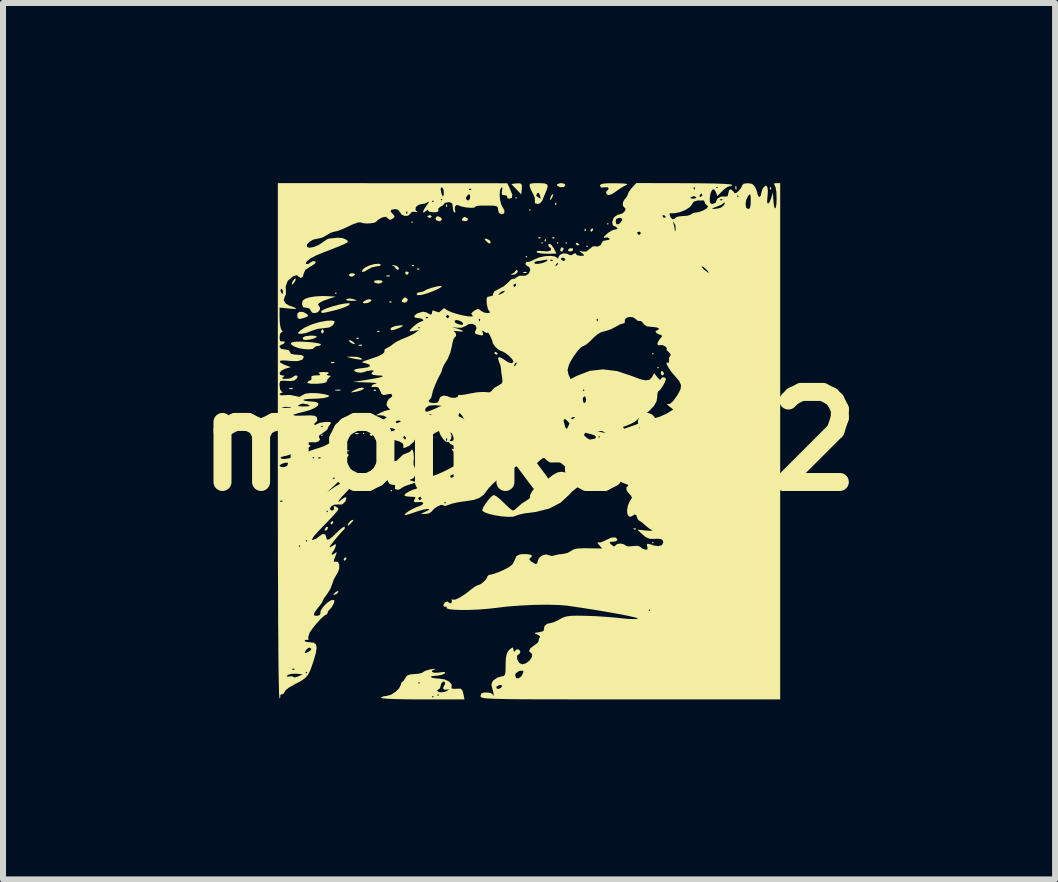
<source format=kicad_pcb>
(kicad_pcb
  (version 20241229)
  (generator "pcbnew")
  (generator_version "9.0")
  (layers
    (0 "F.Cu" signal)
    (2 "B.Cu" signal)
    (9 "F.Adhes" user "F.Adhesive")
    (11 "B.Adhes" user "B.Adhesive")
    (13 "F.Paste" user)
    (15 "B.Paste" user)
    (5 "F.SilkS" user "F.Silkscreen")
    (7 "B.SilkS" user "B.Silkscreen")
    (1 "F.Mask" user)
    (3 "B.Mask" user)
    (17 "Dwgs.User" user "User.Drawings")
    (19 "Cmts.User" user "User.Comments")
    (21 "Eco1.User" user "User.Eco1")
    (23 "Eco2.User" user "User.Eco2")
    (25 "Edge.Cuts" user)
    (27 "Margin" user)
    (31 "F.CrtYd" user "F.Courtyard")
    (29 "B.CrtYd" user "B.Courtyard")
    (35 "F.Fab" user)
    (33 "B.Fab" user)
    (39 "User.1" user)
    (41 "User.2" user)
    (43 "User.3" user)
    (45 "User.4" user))
  (footprint "monkey 2"
    (layer "F.Cu")
    (at 5.764 4.302)
    (property "Reference" "monkey 2" (at 0 0 0) (layer "F.SilkS") (effects (font (size 1.5 1.5) (thickness 0.3))))
    (attr board_only exclude_from_pos_files exclude_from_bom)
    (fp_poly (pts (xy -3.435 -0.101) (xy -3.449 -0.087) (xy -3.464 -0.101) (xy -3.449 -0.115)) (stroke (width 0) (type solid)) (fill yes) (layer "F.SilkS"))
    (fp_poly (pts (xy -3.204 -2.468) (xy -3.218 -2.453) (xy -3.233 -2.468) (xy -3.218 -2.482)) (stroke (width 0) (type solid)) (fill yes) (layer "F.SilkS"))
    (fp_poly (pts (xy -3.002 0.159) (xy -3.016 0.173) (xy -3.031 0.159) (xy -3.016 0.144)) (stroke (width 0) (type solid)) (fill yes) (layer "F.SilkS"))
    (fp_poly (pts (xy -2.742 -0.13) (xy -2.756 -0.115) (xy -2.771 -0.13) (xy -2.756 -0.144)) (stroke (width 0) (type solid)) (fill yes) (layer "F.SilkS"))
    (fp_poly (pts (xy -2.28 0.823) (xy -2.295 0.837) (xy -2.309 0.823) (xy -2.295 0.808)) (stroke (width 0) (type solid)) (fill yes) (layer "F.SilkS"))
    (fp_poly (pts (xy -1.934 -3.651) (xy -1.948 -3.637) (xy -1.963 -3.651) (xy -1.948 -3.666)) (stroke (width 0) (type solid)) (fill yes) (layer "F.SilkS"))
    (fp_poly (pts (xy -0.202 -4.055) (xy -0.216 -4.041) (xy -0.231 -4.055) (xy -0.216 -4.07)) (stroke (width 0) (type solid)) (fill yes) (layer "F.SilkS"))
    (fp_poly (pts (xy -0.029 -3.074) (xy -0.043 -3.06) (xy -0.058 -3.074) (xy -0.043 -3.088)) (stroke (width 0) (type solid)) (fill yes) (layer "F.SilkS"))
    (fp_poly (pts (xy 0.029 -3.853) (xy 0.014 -3.839) (xy 0 -3.853) (xy 0.014 -3.868)) (stroke (width 0) (type solid)) (fill yes) (layer "F.SilkS"))
    (fp_poly (pts (xy 0.231 -3.305) (xy 0.216 -3.29) (xy 0.202 -3.305) (xy 0.216 -3.319)) (stroke (width 0) (type solid)) (fill yes) (layer "F.SilkS"))
    (fp_poly (pts (xy 0.491 -3.305) (xy 0.476 -3.29) (xy 0.462 -3.305) (xy 0.476 -3.319)) (stroke (width 0) (type solid)) (fill yes) (layer "F.SilkS"))
    (fp_poly (pts (xy 0.635 -3.305) (xy 0.621 -3.29) (xy 0.606 -3.305) (xy 0.621 -3.319)) (stroke (width 0) (type solid)) (fill yes) (layer "F.SilkS"))
    (fp_poly (pts (xy 0.981 -3.247) (xy 0.967 -3.233) (xy 0.953 -3.247) (xy 0.967 -3.262)) (stroke (width 0) (type solid)) (fill yes) (layer "F.SilkS"))
    (fp_poly (pts (xy 1.328 -3.622) (xy 1.313 -3.608) (xy 1.299 -3.622) (xy 1.313 -3.637)) (stroke (width 0) (type solid)) (fill yes) (layer "F.SilkS"))
    (fp_poly (pts (xy 2.078 -1.458) (xy 2.064 -1.443) (xy 2.049 -1.458) (xy 2.064 -1.472)) (stroke (width 0) (type solid)) (fill yes) (layer "F.SilkS"))
    (fp_poly (pts (xy 2.078 1.689) (xy 2.064 1.703) (xy 2.049 1.689) (xy 2.064 1.674)) (stroke (width 0) (type solid)) (fill yes) (layer "F.SilkS"))
    (fp_poly (pts (xy 2.165 -1.227) (xy 2.15 -1.212) (xy 2.136 -1.227) (xy 2.15 -1.241)) (stroke (width 0) (type solid)) (fill yes) (layer "F.SilkS"))
    (fp_poly (pts (xy -3.933 -0.883) (xy -3.942 -0.87) (xy -3.971 -0.868) (xy -4.002 -0.875) (xy -3.989 -0.886) (xy -3.943 -0.889)) (stroke (width 0) (type solid)) (fill yes) (layer "F.SilkS"))
    (fp_poly (pts (xy -3.241 -1.316) (xy -3.249 -1.303) (xy -3.278 -1.301) (xy -3.309 -1.308) (xy -3.296 -1.319) (xy -3.251 -1.322)) (stroke (width 0) (type solid)) (fill yes) (layer "F.SilkS"))
    (fp_poly (pts (xy -2.838 -1.722) (xy -2.842 -1.705) (xy -2.857 -1.703) (xy -2.881 -1.714) (xy -2.877 -1.722) (xy -2.842 -1.726)) (stroke (width 0) (type solid)) (fill yes) (layer "F.SilkS"))
    (fp_poly (pts (xy -2.836 -0.306) (xy -2.845 -0.293) (xy -2.874 -0.291) (xy -2.905 -0.298) (xy -2.892 -0.308) (xy -2.847 -0.312)) (stroke (width 0) (type solid)) (fill yes) (layer "F.SilkS"))
    (fp_poly (pts (xy -2.836 -0.133) (xy -2.845 -0.12) (xy -2.874 -0.118) (xy -2.905 -0.125) (xy -2.892 -0.135) (xy -2.847 -0.139)) (stroke (width 0) (type solid)) (fill yes) (layer "F.SilkS"))
    (fp_poly (pts (xy -2.779 -1.605) (xy -2.787 -1.592) (xy -2.817 -1.59) (xy -2.847 -1.597) (xy -2.834 -1.607) (xy -2.789 -1.611)) (stroke (width 0) (type solid)) (fill yes) (layer "F.SilkS"))
    (fp_poly (pts (xy -2.55 -0.856) (xy -2.554 -0.839) (xy -2.569 -0.837) (xy -2.593 -0.848) (xy -2.588 -0.856) (xy -2.554 -0.86)) (stroke (width 0) (type solid)) (fill yes) (layer "F.SilkS"))
    (fp_poly (pts (xy -2.492 -1.838) (xy -2.496 -1.82) (xy -2.511 -1.818) (xy -2.535 -1.829) (xy -2.53 -1.838) (xy -2.496 -1.841)) (stroke (width 0) (type solid)) (fill yes) (layer "F.SilkS"))
    (fp_poly (pts (xy -2.434 -0.164) (xy -2.438 -0.146) (xy -2.453 -0.144) (xy -2.477 -0.155) (xy -2.473 -0.164) (xy -2.438 -0.167)) (stroke (width 0) (type solid)) (fill yes) (layer "F.SilkS"))
    (fp_poly (pts (xy -2.317 -2.759) (xy -2.326 -2.746) (xy -2.355 -2.744) (xy -2.386 -2.751) (xy -2.372 -2.762) (xy -2.327 -2.765)) (stroke (width 0) (type solid)) (fill yes) (layer "F.SilkS"))
    (fp_poly (pts (xy -2.29 -2.328) (xy -2.294 -2.311) (xy -2.309 -2.309) (xy -2.333 -2.32) (xy -2.328 -2.328) (xy -2.294 -2.332)) (stroke (width 0) (type solid)) (fill yes) (layer "F.SilkS"))
    (fp_poly (pts (xy -1.915 -2.934) (xy -1.919 -2.917) (xy -1.934 -2.915) (xy -1.958 -2.926) (xy -1.953 -2.934) (xy -1.919 -2.938)) (stroke (width 0) (type solid)) (fill yes) (layer "F.SilkS"))
    (fp_poly (pts (xy -1.828 -2.877) (xy -1.832 -2.86) (xy -1.847 -2.857) (xy -1.871 -2.868) (xy -1.867 -2.877) (xy -1.832 -2.88)) (stroke (width 0) (type solid)) (fill yes) (layer "F.SilkS"))
    (fp_poly (pts (xy -1.366 -3.945) (xy -1.363 -3.91) (xy -1.366 -3.906) (xy -1.383 -3.91) (xy -1.385 -3.925) (xy -1.375 -3.949)) (stroke (width 0) (type solid)) (fill yes) (layer "F.SilkS"))
    (fp_poly (pts (xy -0.037 -2.817) (xy -0.045 -2.804) (xy -0.075 -2.802) (xy -0.105 -2.809) (xy -0.092 -2.819) (xy -0.047 -2.823)) (stroke (width 0) (type solid)) (fill yes) (layer "F.SilkS"))
    (fp_poly (pts (xy 0.192 -3.396) (xy 0.188 -3.379) (xy 0.173 -3.377) (xy 0.149 -3.388) (xy 0.154 -3.396) (xy 0.188 -3.4)) (stroke (width 0) (type solid)) (fill yes) (layer "F.SilkS"))
    (fp_poly (pts (xy 0.279 -3.367) (xy 0.282 -3.333) (xy 0.279 -3.329) (xy 0.262 -3.333) (xy 0.26 -3.348) (xy 0.27 -3.372)) (stroke (width 0) (type solid)) (fill yes) (layer "F.SilkS"))
    (fp_poly (pts (xy 0.423 -3.396) (xy 0.419 -3.379) (xy 0.404 -3.377) (xy 0.38 -3.388) (xy 0.385 -3.396) (xy 0.419 -3.4)) (stroke (width 0) (type solid)) (fill yes) (layer "F.SilkS"))
    (fp_poly (pts (xy 0.452 -3.974) (xy 0.456 -3.939) (xy 0.452 -3.935) (xy 0.435 -3.939) (xy 0.433 -3.954) (xy 0.444 -3.978)) (stroke (width 0) (type solid)) (fill yes) (layer "F.SilkS"))
    (fp_poly (pts (xy 0.856 -0.221) (xy 0.852 -0.204) (xy 0.837 -0.202) (xy 0.813 -0.213) (xy 0.818 -0.221) (xy 0.852 -0.225)) (stroke (width 0) (type solid)) (fill yes) (layer "F.SilkS"))
    (fp_poly (pts (xy 0.943 -3.541) (xy 0.946 -3.506) (xy 0.943 -3.502) (xy 0.926 -3.506) (xy 0.924 -3.521) (xy 0.934 -3.545)) (stroke (width 0) (type solid)) (fill yes) (layer "F.SilkS"))
    (fp_poly (pts (xy 1.78 1.453) (xy 1.776 1.47) (xy 1.761 1.472) (xy 1.737 1.461) (xy 1.741 1.453) (xy 1.776 1.449)) (stroke (width 0) (type solid)) (fill yes) (layer "F.SilkS"))
    (fp_poly (pts (xy 3.454 -4.248) (xy 3.458 -4.203) (xy 3.452 -4.193) (xy 3.439 -4.202) (xy 3.437 -4.231) (xy 3.444 -4.262)) (stroke (width 0) (type solid)) (fill yes) (layer "F.SilkS"))
    (fp_poly (pts (xy 4.031 -4.233) (xy 4.035 -4.199) (xy 4.031 -4.195) (xy 4.014 -4.199) (xy 4.012 -4.214) (xy 4.023 -4.238)) (stroke (width 0) (type solid)) (fill yes) (layer "F.SilkS"))
    (fp_poly (pts (xy -3.434 -1.861) (xy -3.418 -1.827) (xy -3.422 -1.816) (xy -3.449 -1.791) (xy -3.463 -1.82) (xy -3.464 -1.835) (xy -3.449 -1.864)) (stroke (width 0) (type solid)) (fill yes) (layer "F.SilkS"))
    (fp_poly (pts (xy -1.643 -3.765) (xy -1.618 -3.738) (xy -1.647 -3.724) (xy -1.661 -3.723) (xy -1.691 -3.738) (xy -1.688 -3.753) (xy -1.654 -3.769)) (stroke (width 0) (type solid)) (fill yes) (layer "F.SilkS"))
    (fp_poly (pts (xy -3.886 -2.712) (xy -3.89 -2.682) (xy -3.913 -2.643) (xy -3.944 -2.61) (xy -3.954 -2.614) (xy -3.941 -2.658) (xy -3.914 -2.699) (xy -3.889 -2.714)) (stroke (width 0) (type solid)) (fill yes) (layer "F.SilkS"))
    (fp_poly (pts (xy -3.35 1.43) (xy -3.348 1.44) (xy -3.369 1.481) (xy -3.377 1.486) (xy -3.404 1.485) (xy -3.406 1.475) (xy -3.385 1.435) (xy -3.377 1.429)) (stroke (width 0) (type solid)) (fill yes) (layer "F.SilkS"))
    (fp_poly (pts (xy -3.262 1.35) (xy -3.262 1.357) (xy -3.284 1.384) (xy -3.292 1.385) (xy -3.309 1.368) (xy -3.305 1.357) (xy -3.279 1.329) (xy -3.274 1.328)) (stroke (width 0) (type solid)) (fill yes) (layer "F.SilkS"))
    (fp_poly (pts (xy -3.175 2.505) (xy -3.198 2.539) (xy -3.218 2.55) (xy -3.256 2.56) (xy -3.262 2.557) (xy -3.243 2.533) (xy -3.218 2.511) (xy -3.183 2.494)) (stroke (width 0) (type solid)) (fill yes) (layer "F.SilkS"))
    (fp_poly (pts (xy -3.138 -0.856) (xy -3.137 -0.847) (xy -3.183 -0.843) (xy -3.189 -0.843) (xy -3.234 -0.847) (xy -3.23 -0.856) (xy -3.225 -0.857) (xy -3.162 -0.861)) (stroke (width 0) (type solid)) (fill yes) (layer "F.SilkS"))
    (fp_poly (pts (xy -3.041 1.952) (xy -3.045 1.963) (xy -3.071 1.99) (xy -3.076 1.992) (xy -3.088 1.969) (xy -3.088 1.963) (xy -3.066 1.935) (xy -3.058 1.934)) (stroke (width 0) (type solid)) (fill yes) (layer "F.SilkS"))
    (fp_poly (pts (xy -2.97 -1.68) (xy -2.931 -1.657) (xy -2.9 -1.626) (xy -2.912 -1.617) (xy -2.957 -1.635) (xy -2.972 -1.644) (xy -3.002 -1.673) (xy -3.001 -1.685)) (stroke (width 0) (type solid)) (fill yes) (layer "F.SilkS"))
    (fp_poly (pts (xy -2.937 1.332) (xy -2.957 1.355) (xy -3.006 1.404) (xy -3.022 1.408) (xy -3.013 1.373) (xy -2.974 1.327) (xy -2.951 1.314) (xy -2.924 1.308)) (stroke (width 0) (type solid)) (fill yes) (layer "F.SilkS"))
    (fp_poly (pts (xy -2.902 -2.789) (xy -2.901 -2.771) (xy -2.943 -2.744) (xy -2.96 -2.742) (xy -2.998 -2.758) (xy -3.002 -2.771) (xy -2.978 -2.794) (xy -2.942 -2.8)) (stroke (width 0) (type solid)) (fill yes) (layer "F.SilkS"))
    (fp_poly (pts (xy -2.548 -0.139) (xy -2.559 -0.122) (xy -2.569 -0.115) (xy -2.629 -0.089) (xy -2.655 -0.106) (xy -2.655 -0.115) (xy -2.631 -0.138) (xy -2.591 -0.144)) (stroke (width 0) (type solid)) (fill yes) (layer "F.SilkS"))
    (fp_poly (pts (xy -2.025 -2.373) (xy -2.02 -2.352) (xy -2.044 -2.317) (xy -2.077 -2.309) (xy -2.119 -2.323) (xy -2.117 -2.352) (xy -2.081 -2.391) (xy -2.061 -2.396)) (stroke (width 0) (type solid)) (fill yes) (layer "F.SilkS"))
    (fp_poly (pts (xy -2.004 -2.815) (xy -2.006 -2.8) (xy -2.031 -2.772) (xy -2.035 -2.771) (xy -2.058 -2.791) (xy -2.064 -2.8) (xy -2.057 -2.824) (xy -2.035 -2.829)) (stroke (width 0) (type solid)) (fill yes) (layer "F.SilkS"))
    (fp_poly (pts (xy -1.462 -3.723) (xy -1.452 -3.69) (xy -1.481 -3.667) (xy -1.499 -3.666) (xy -1.548 -3.684) (xy -1.559 -3.711) (xy -1.537 -3.746) (xy -1.511 -3.747)) (stroke (width 0) (type solid)) (fill yes) (layer "F.SilkS"))
    (fp_poly (pts (xy -1.025 -3.715) (xy -1.017 -3.702) (xy -1.031 -3.673) (xy -1.068 -3.666) (xy -1.114 -3.679) (xy -1.118 -3.702) (xy -1.083 -3.735) (xy -1.068 -3.738)) (stroke (width 0) (type solid)) (fill yes) (layer "F.SilkS"))
    (fp_poly (pts (xy -0.706 -3.373) (xy -0.656 -3.347) (xy -0.642 -3.327) (xy -0.644 -3.295) (xy -0.675 -3.3) (xy -0.718 -3.338) (xy -0.742 -3.371) (xy -0.721 -3.375)) (stroke (width 0) (type solid)) (fill yes) (layer "F.SilkS"))
    (fp_poly (pts (xy -0.548 -1.486) (xy -0.521 -1.461) (xy -0.52 -1.456) (xy -0.542 -1.444) (xy -0.548 -1.443) (xy -0.576 -1.465) (xy -0.577 -1.474) (xy -0.56 -1.491)) (stroke (width 0) (type solid)) (fill yes) (layer "F.SilkS"))
    (fp_poly (pts (xy -0.119 -4.272) (xy -0.119 -4.206) (xy -0.12 -4.195) (xy -0.13 -4.113) (xy -0.212 -4.2) (xy -0.295 -4.286) (xy -0.217 -4.296) (xy -0.148 -4.298)) (stroke (width 0) (type solid)) (fill yes) (layer "F.SilkS"))
    (fp_poly (pts (xy 0.403 -4.113) (xy 0.389 -4.066) (xy 0.375 -4.041) (xy 0.352 -4.018) (xy 0.347 -4.026) (xy 0.362 -4.074) (xy 0.375 -4.099) (xy 0.398 -4.122)) (stroke (width 0) (type solid)) (fill yes) (layer "F.SilkS"))
    (fp_poly (pts (xy 0.576 -3.212) (xy 0.577 -3.206) (xy 0.556 -3.166) (xy 0.548 -3.161) (xy 0.524 -3.167) (xy 0.52 -3.188) (xy 0.535 -3.227) (xy 0.548 -3.233)) (stroke (width 0) (type solid)) (fill yes) (layer "F.SilkS"))
    (fp_poly (pts (xy 0.735 -3.206) (xy 0.727 -3.176) (xy 0.708 -3.165) (xy 0.663 -3.164) (xy 0.651 -3.173) (xy 0.659 -3.203) (xy 0.678 -3.214) (xy 0.723 -3.215)) (stroke (width 0) (type solid)) (fill yes) (layer "F.SilkS"))
    (fp_poly (pts (xy 0.808 -3.305) (xy 0.836 -3.279) (xy 0.837 -3.274) (xy 0.815 -3.262) (xy 0.808 -3.262) (xy 0.78 -3.284) (xy 0.779 -3.292) (xy 0.797 -3.309)) (stroke (width 0) (type solid)) (fill yes) (layer "F.SilkS"))
    (fp_poly (pts (xy 1.068 -3.528) (xy 1.068 -3.521) (xy 1.046 -3.494) (xy 1.037 -3.493) (xy 1.02 -3.51) (xy 1.025 -3.521) (xy 1.051 -3.549) (xy 1.055 -3.55)) (stroke (width 0) (type solid)) (fill yes) (layer "F.SilkS"))
    (fp_poly (pts (xy 2.223 -1.169) (xy 2.25 -1.132) (xy 2.251 -1.124) (xy 2.229 -1.098) (xy 2.223 -1.097) (xy 2.197 -1.12) (xy 2.194 -1.142) (xy 2.208 -1.172)) (stroke (width 0) (type solid)) (fill yes) (layer "F.SilkS"))
    (fp_poly (pts (xy -2.929 -2.369) (xy -2.877 -2.352) (xy -2.873 -2.344) (xy -2.921 -2.341) (xy -2.957 -2.34) (xy -3.029 -2.344) (xy -3.047 -2.36) (xy -3.043 -2.366) (xy -2.992 -2.38)) (stroke (width 0) (type solid)) (fill yes) (layer "F.SilkS"))
    (fp_poly (pts (xy -2.624 -2.355) (xy -2.636 -2.331) (xy -2.679 -2.307) (xy -2.699 -2.302) (xy -2.752 -2.299) (xy -2.771 -2.31) (xy -2.747 -2.337) (xy -2.694 -2.36) (xy -2.653 -2.367)) (stroke (width 0) (type solid)) (fill yes) (layer "F.SilkS"))
    (fp_poly (pts (xy 0.588 -4.291) (xy 0.606 -4.274) (xy 0.583 -4.236) (xy 0.519 -4.234) (xy 0.512 -4.236) (xy 0.467 -4.259) (xy 0.471 -4.285) (xy 0.521 -4.3) (xy 0.534 -4.301)) (stroke (width 0) (type solid)) (fill yes) (layer "F.SilkS"))
    (fp_poly (pts (xy -2.863 -1.405) (xy -2.802 -1.387) (xy -2.8 -1.385) (xy -2.776 -1.364) (xy -2.804 -1.36) (xy -2.814 -1.36) (xy -2.885 -1.37) (xy -2.959 -1.385) (xy -3.045 -1.407) (xy -2.944 -1.41)) (stroke (width 0) (type solid)) (fill yes) (layer "F.SilkS"))
    (fp_poly (pts (xy -2.452 -2.677) (xy -2.438 -2.657) (xy -2.439 -2.655) (xy -2.48 -2.631) (xy -2.511 -2.627) (xy -2.566 -2.64) (xy -2.583 -2.655) (xy -2.572 -2.676) (xy -2.515 -2.684) (xy -2.511 -2.684)) (stroke (width 0) (type solid)) (fill yes) (layer "F.SilkS"))
    (fp_poly (pts (xy -2.205 -2.92) (xy -2.171 -2.892) (xy -2.166 -2.866) (xy -2.191 -2.857) (xy -2.221 -2.877) (xy -2.223 -2.884) (xy -2.246 -2.914) (xy -2.273 -2.926) (xy -2.29 -2.935) (xy -2.254 -2.935)) (stroke (width 0) (type solid)) (fill yes) (layer "F.SilkS"))
    (fp_poly (pts (xy -3.766 -2.155) (xy -3.71 -2.126) (xy -3.679 -2.098) (xy -3.689 -2.079) (xy -3.748 -2.055) (xy -3.749 -2.055) (xy -3.816 -2.037) (xy -3.848 -2.047) (xy -3.857 -2.063) (xy -3.861 -2.125) (xy -3.827 -2.157)) (stroke (width 0) (type solid)) (fill yes) (layer "F.SilkS"))
    (fp_poly (pts (xy -2.75 -0.887) (xy -2.758 -0.869) (xy -2.803 -0.847) (xy -2.873 -0.827) (xy -2.886 -0.825) (xy -2.951 -0.814) (xy -2.964 -0.817) (xy -2.931 -0.84) (xy -2.915 -0.849) (xy -2.842 -0.882) (xy -2.787 -0.894)) (stroke (width 0) (type solid)) (fill yes) (layer "F.SilkS"))
    (fp_poly (pts (xy -2.098 -1.925) (xy -2.128 -1.905) (xy -2.161 -1.889) (xy -2.249 -1.856) (xy -2.295 -1.85) (xy -2.309 -1.872) (xy -2.309 -1.873) (xy -2.284 -1.899) (xy -2.221 -1.921) (xy -2.141 -1.932) (xy -2.121 -1.932)) (stroke (width 0) (type solid)) (fill yes) (layer "F.SilkS"))
    (fp_poly (pts (xy -0.187 -2.836) (xy -0.192 -2.814) (xy -0.23 -2.781) (xy -0.27 -2.774) (xy -0.308 -2.779) (xy -0.291 -2.788) (xy -0.281 -2.791) (xy -0.239 -2.815) (xy -0.231 -2.831) (xy -0.209 -2.857) (xy -0.203 -2.857)) (stroke (width 0) (type solid)) (fill yes) (layer "F.SilkS"))
    (fp_poly (pts (xy -3.56 -1.756) (xy -3.534 -1.742) (xy -3.537 -1.736) (xy -3.584 -1.712) (xy -3.655 -1.694) (xy -3.723 -1.687) (xy -3.762 -1.694) (xy -3.763 -1.694) (xy -3.771 -1.727) (xy -3.729 -1.75) (xy -3.646 -1.76) (xy -3.629 -1.761)) (stroke (width 0) (type solid)) (fill yes) (layer "F.SilkS"))
    (fp_poly (pts (xy -2.975 -0.241) (xy -2.997 -0.184) (xy -3.038 -0.163) (xy -3.11 -0.147) (xy -3.132 -0.153) (xy -3.111 -0.183) (xy -3.107 -0.188) (xy -3.059 -0.223) (xy -3.035 -0.231) (xy -3 -0.254) (xy -2.992 -0.267) (xy -2.98 -0.273)) (stroke (width 0) (type solid)) (fill yes) (layer "F.SilkS"))
    (fp_poly (pts (xy -2.467 -2.943) (xy -2.479 -2.924) (xy -2.533 -2.915) (xy -2.534 -2.915) (xy -2.619 -2.897) (xy -2.693 -2.857) (xy -2.747 -2.825) (xy -2.781 -2.823) (xy -2.783 -2.825) (xy -2.774 -2.858) (xy -2.735 -2.893) (xy -2.66 -2.929) (xy -2.576 -2.952) (xy -2.506 -2.958)) (stroke (width 0) (type solid)) (fill yes) (layer "F.SilkS"))
    (fp_poly (pts (xy -2.981 -2.291) (xy -2.999 -2.27) (xy -3.053 -2.242) (xy -3.136 -2.21) (xy -3.235 -2.182) (xy -3.347 -2.155) (xy -3.415 -2.141) (xy -3.45 -2.139) (xy -3.462 -2.148) (xy -3.464 -2.162) (xy -3.438 -2.186) (xy -3.369 -2.216) (xy -3.273 -2.248) (xy -3.162 -2.277) (xy -3.074 -2.294) (xy -3.003 -2.301)) (stroke (width 0) (type solid)) (fill yes) (layer "F.SilkS"))
    (fp_poly (pts (xy -1.451 -2.586) (xy -1.465 -2.567) (xy -1.518 -2.537) (xy -1.597 -2.502) (xy -1.686 -2.468) (xy -1.771 -2.443) (xy -1.783 -2.44) (xy -1.853 -2.433) (xy -1.876 -2.451) (xy -1.852 -2.477) (xy -1.824 -2.482) (xy -1.765 -2.495) (xy -1.745 -2.506) (xy -1.7 -2.53) (xy -1.627 -2.555) (xy -1.547 -2.577) (xy -1.481 -2.589)) (stroke (width 0) (type solid)) (fill yes) (layer "F.SilkS"))
    (fp_poly (pts (xy 0.377 -3.267) (xy 0.414 -3.212) (xy 0.416 -3.209) (xy 0.458 -3.127) (xy 0.302 -3.124) (xy 0.211 -3.128) (xy 0.146 -3.141) (xy 0.126 -3.153) (xy 0.134 -3.171) (xy 0.194 -3.171) (xy 0.226 -3.168) (xy 0.314 -3.164) (xy 0.363 -3.179) (xy 0.366 -3.183) (xy 0.364 -3.219) (xy 0.351 -3.226) (xy 0.321 -3.253) (xy 0.324 -3.283) (xy 0.346 -3.29)) (stroke (width 0) (type solid)) (fill yes) (layer "F.SilkS"))
    (fp_poly (pts (xy -3.72 -1.657) (xy -3.619 -1.649) (xy -3.532 -1.637) (xy -3.476 -1.623) (xy -3.464 -1.612) (xy -3.488 -1.592) (xy -3.521 -1.587) (xy -3.568 -1.575) (xy -3.579 -1.559) (xy -3.604 -1.538) (xy -3.667 -1.531) (xy -3.751 -1.536) (xy -3.837 -1.551) (xy -3.907 -1.577) (xy -3.909 -1.578) (xy -3.961 -1.611) (xy -3.967 -1.634) (xy -3.947 -1.649) (xy -3.9 -1.658) (xy -3.819 -1.661)) (stroke (width 0) (type solid)) (fill yes) (layer "F.SilkS"))
    (fp_poly (pts (xy -3.239 -1.997) (xy -3.248 -1.962) (xy -3.27 -1.931) (xy -3.329 -1.896) (xy -3.422 -1.884) (xy -3.524 -1.872) (xy -3.62 -1.841) (xy -3.629 -1.837) (xy -3.714 -1.804) (xy -3.792 -1.79) (xy -3.794 -1.79) (xy -3.845 -1.793) (xy -3.844 -1.812) (xy -3.816 -1.841) (xy -3.74 -1.893) (xy -3.627 -1.944) (xy -3.498 -1.984) (xy -3.373 -2.007) (xy -3.36 -2.009) (xy -3.274 -2.011)) (stroke (width 0) (type solid)) (fill yes) (layer "F.SilkS"))
    (fp_poly (pts (xy -3.383 -2.419) (xy -3.218 -2.41) (xy -3.334 -2.374) (xy -3.436 -2.337) (xy -3.499 -2.302) (xy -3.516 -2.274) (xy -3.503 -2.262) (xy -3.482 -2.227) (xy -3.484 -2.192) (xy -3.516 -2.152) (xy -3.567 -2.135) (xy -3.615 -2.143) (xy -3.637 -2.178) (xy -3.637 -2.179) (xy -3.662 -2.214) (xy -3.709 -2.223) (xy -3.764 -2.234) (xy -3.781 -2.281) (xy -3.781 -2.294) (xy -3.771 -2.343) (xy -3.73 -2.374) (xy -3.665 -2.396) (xy -3.567 -2.413) (xy -3.447 -2.42)) (stroke (width 0) (type solid)) (fill yes) (layer "F.SilkS"))
    (fp_poly (pts (xy 1.436 -4.299) (xy 1.556 -4.296) (xy 1.622 -4.29) (xy 1.639 -4.281) (xy 1.622 -4.27) (xy 1.556 -4.235) (xy 1.476 -4.183) (xy 1.461 -4.171) (xy 1.376 -4.115) (xy 1.319 -4.101) (xy 1.286 -4.126) (xy 1.289 -4.163) (xy 1.298 -4.171) (xy 1.329 -4.206) (xy 1.313 -4.231) (xy 1.258 -4.232) (xy 1.256 -4.231) (xy 1.2 -4.227) (xy 1.183 -4.255) (xy 1.183 -4.257) (xy 1.193 -4.278) (xy 1.229 -4.291) (xy 1.301 -4.298) (xy 1.419 -4.299)) (stroke (width 0) (type solid)) (fill yes) (layer "F.SilkS"))
    (fp_poly (pts (xy -3.351 -1.15) (xy -3.334 -1.138) (xy -3.348 -1.126) (xy -3.373 -1.104) (xy -3.345 -1.096) (xy -3.334 -1.095) (xy -3.298 -1.089) (xy -3.316 -1.075) (xy -3.319 -1.073) (xy -3.358 -1.033) (xy -3.363 -1.01) (xy -3.379 -0.983) (xy -3.433 -0.967) (xy -3.529 -0.958) (xy -3.628 -0.958) (xy -3.685 -0.969) (xy -3.695 -0.98) (xy -3.671 -1.007) (xy -3.652 -1.01) (xy -3.623 -1.029) (xy -3.626 -1.054) (xy -3.624 -1.084) (xy -3.58 -1.096) (xy -3.546 -1.097) (xy -3.486 -1.101) (xy -3.478 -1.115) (xy -3.493 -1.126) (xy -3.506 -1.144) (xy -3.47 -1.152) (xy -3.42 -1.154)) (stroke (width 0) (type solid)) (fill yes) (layer "F.SilkS"))
    (fp_poly (pts (xy 0.255 -4.297) (xy 0.304 -4.279) (xy 0.311 -4.237) (xy 0.284 -4.162) (xy 0.277 -4.146) (xy 0.244 -4.068) (xy 0.221 -4.006) (xy 0.22 -4.005) (xy 0.182 -3.964) (xy 0.142 -3.954) (xy 0.097 -3.966) (xy 0.098 -3.999) (xy 0.096 -4.056) (xy 0.081 -4.093) (xy 0.12 -4.093) (xy 0.145 -4.069) (xy 0.183 -4.046) (xy 0.192 -4.041) (xy 0.19 -4.065) (xy 0.181 -4.101) (xy 0.161 -4.14) (xy 0.133 -4.128) (xy 0.12 -4.093) (xy 0.081 -4.093) (xy 0.075 -4.107) (xy 0.035 -4.184) (xy 0.015 -4.236) (xy 0.008 -4.273) (xy 0.023 -4.292) (xy 0.073 -4.3) (xy 0.157 -4.301)) (stroke (width 0) (type solid)) (fill yes) (layer "F.SilkS"))
    (fp_poly (pts (xy -1.933 0.159) (xy -1.924 0.198) (xy -1.917 0.275) (xy -1.923 0.33) (xy -1.924 0.39) (xy -1.915 0.41) (xy -1.887 0.488) (xy -1.893 0.564) (xy -1.928 0.617) (xy -1.945 0.625) (xy -1.985 0.641) (xy -1.975 0.653) (xy -1.934 0.664) (xy -1.894 0.678) (xy -1.897 0.69) (xy -1.948 0.708) (xy -1.983 0.718) (xy -2.062 0.745) (xy -2.114 0.772) (xy -2.122 0.78) (xy -2.162 0.804) (xy -2.194 0.808) (xy -2.234 0.794) (xy -2.232 0.763) (xy -2.233 0.728) (xy -2.265 0.727) (xy -2.319 0.714) (xy -2.337 0.693) (xy -2.367 0.633) (xy -2.391 0.585) (xy -2.42 0.488) (xy -2.405 0.407) (xy -2.355 0.354) (xy -2.273 0.34) (xy -2.269 0.34) (xy -2.202 0.322) (xy -2.154 0.275) (xy -2.099 0.223) (xy -2.047 0.202) (xy -1.989 0.179) (xy -1.968 0.156) (xy -1.949 0.134)) (stroke (width 0) (type solid)) (fill yes) (layer "F.SilkS"))
    (fp_poly (pts (xy -1.556 3.795) (xy -1.566 3.799) (xy -1.616 3.823) (xy -1.616 3.844) (xy -1.575 3.857) (xy -1.502 3.854) (xy -1.494 3.853) (xy -1.42 3.844) (xy -1.394 3.849) (xy -1.405 3.868) (xy -1.454 3.892) (xy -1.533 3.906) (xy -1.555 3.907) (xy -1.621 3.914) (xy -1.637 3.928) (xy -1.609 3.942) (xy -1.543 3.952) (xy -1.5 3.954) (xy -1.406 3.968) (xy -1.331 4.003) (xy -1.29 4.05) (xy -1.29 4.088) (xy -1.291 4.117) (xy -1.254 4.126) (xy -1.21 4.123) (xy -1.143 4.122) (xy -1.111 4.148) (xy -1.094 4.207) (xy -1.075 4.301) (xy -1.78 4.301) (xy -2.027 4.3) (xy -2.221 4.296) (xy -2.359 4.29) (xy -2.442 4.283) (xy -2.468 4.273) (xy -2.468 4.272) (xy -2.441 4.257) (xy -1.616 4.257) (xy -1.602 4.272) (xy -1.587 4.257) (xy -1.602 4.243) (xy -1.616 4.257) (xy -2.441 4.257) (xy -2.428 4.25) (xy -2.372 4.243) (xy -2.319 4.229) (xy -1.53 4.229) (xy -1.515 4.243) (xy -1.501 4.229) (xy -1.515 4.214) (xy -1.53 4.229) (xy -2.319 4.229) (xy -2.301 4.224) (xy -2.225 4.176) (xy -2.205 4.156) (xy -1.53 4.156) (xy -1.506 4.179) (xy -1.452 4.183) (xy -1.389 4.17) (xy -1.357 4.153) (xy -1.33 4.131) (xy -1.354 4.135) (xy -1.363 4.138) (xy -1.412 4.139) (xy -1.434 4.114) (xy -1.422 4.087) (xy -1.399 4.045) (xy -1.403 4.009) (xy -1.432 4.003) (xy -1.466 4.041) (xy -1.472 4.073) (xy -1.485 4.118) (xy -1.501 4.128) (xy -1.529 4.149) (xy -1.53 4.156) (xy -2.205 4.156) (xy -2.164 4.116) (xy -2.136 4.058) (xy -2.136 4.054) (xy -2.127 4.026) (xy -1.847 4.026) (xy -1.833 4.041) (xy -1.818 4.026) (xy -1.833 4.012) (xy -1.847 4.026) (xy -2.127 4.026) (xy -2.124 4.016) (xy -2.114 4.012) (xy -2.087 3.989) (xy -2.063 3.947) (xy -2.032 3.904) (xy -1.976 3.884) (xy -1.909 3.879) (xy -1.828 3.871) (xy -1.774 3.854) (xy -1.765 3.846) (xy -1.726 3.823) (xy -1.654 3.803) (xy -1.631 3.799) (xy -1.572 3.793)) (stroke (width 0) (type solid)) (fill yes) (layer "F.SilkS"))
    (fp_poly (pts (xy -2.273 -4.3) (xy -0.361 -4.299) (xy -0.312 -4.194) (xy -0.279 -4.107) (xy -0.285 -4.058) (xy -0.329 -4.041) (xy -0.335 -4.041) (xy -0.364 -4.055) (xy -0.361 -4.07) (xy -0.37 -4.092) (xy -0.406 -4.099) (xy -0.449 -4.107) (xy -0.455 -4.145) (xy -0.449 -4.173) (xy -0.443 -4.225) (xy -0.461 -4.229) (xy -0.482 -4.187) (xy -0.489 -4.111) (xy -0.483 -4.024) (xy -0.464 -3.946) (xy -0.446 -3.913) (xy -0.409 -3.843) (xy -0.414 -3.796) (xy -0.456 -3.781) (xy -0.501 -3.805) (xy -0.512 -3.842) (xy -0.519 -3.892) (xy -0.54 -3.917) (xy -0.592 -3.925) (xy -0.651 -3.926) (xy -0.773 -3.927) (xy -0.847 -3.924) (xy -0.885 -3.917) (xy -0.895 -3.903) (xy -0.895 -3.903) (xy -0.919 -3.891) (xy -0.98 -3.89) (xy -1.056 -3.897) (xy -1.128 -3.912) (xy -1.175 -3.931) (xy -1.176 -3.932) (xy -1.211 -3.936) (xy -1.235 -3.904) (xy -1.235 -3.856) (xy -1.228 -3.84) (xy -1.229 -3.813) (xy -1.239 -3.81) (xy -1.261 -3.835) (xy -1.27 -3.895) (xy -1.27 -3.897) (xy -1.278 -3.958) (xy -1.311 -3.981) (xy -1.342 -3.983) (xy -1.396 -3.974) (xy -1.414 -3.956) (xy -1.438 -3.927) (xy -1.471 -3.911) (xy -1.511 -3.88) (xy -1.511 -3.853) (xy -1.514 -3.825) (xy -1.56 -3.815) (xy -1.598 -3.815) (xy -1.666 -3.826) (xy -1.685 -3.848) (xy -1.683 -3.851) (xy -1.685 -3.861) (xy -1.704 -3.846) (xy -1.752 -3.811) (xy -1.768 -3.818) (xy -1.751 -3.861) (xy -1.713 -3.918) (xy -1.675 -3.973) (xy -1.665 -3.996) (xy -1.674 -3.99) (xy -1.736 -3.96) (xy -1.777 -3.954) (xy -1.842 -3.939) (xy -1.885 -3.902) (xy -1.893 -3.859) (xy -1.874 -3.835) (xy -1.855 -3.817) (xy -1.885 -3.821) (xy -1.894 -3.823) (xy -1.953 -3.821) (xy -1.973 -3.796) (xy -2.013 -3.759) (xy -2.072 -3.754) (xy -2.126 -3.779) (xy -2.144 -3.81) (xy -2.049 -3.81) (xy -2.039 -3.786) (xy -2.03 -3.791) (xy -2.027 -3.825) (xy -2.03 -3.829) (xy -2.047 -3.825) (xy -2.049 -3.81) (xy -2.144 -3.81) (xy -2.182 -3.858) (xy -2.234 -3.868) (xy -2.296 -3.856) (xy -2.304 -3.824) (xy -2.265 -3.781) (xy -2.238 -3.748) (xy -2.258 -3.719) (xy -2.272 -3.708) (xy -2.317 -3.687) (xy -2.351 -3.712) (xy -2.353 -3.714) (xy -2.385 -3.741) (xy -2.433 -3.733) (xy -2.462 -3.721) (xy -2.517 -3.689) (xy -2.54 -3.664) (xy -2.565 -3.645) (xy -2.626 -3.633) (xy -2.699 -3.628) (xy -2.764 -3.633) (xy -2.792 -3.644) (xy -2.839 -3.648) (xy -2.929 -3.617) (xy -3.005 -3.582) (xy -3.104 -3.536) (xy -3.189 -3.504) (xy -3.24 -3.493) (xy -3.302 -3.475) (xy -3.369 -3.435) (xy -3.446 -3.393) (xy -3.518 -3.376) (xy -3.592 -3.361) (xy -3.657 -3.325) (xy -3.698 -3.281) (xy -3.7 -3.24) (xy -3.659 -3.224) (xy -3.589 -3.236) (xy -3.507 -3.269) (xy -3.431 -3.319) (xy -3.422 -3.327) (xy -3.363 -3.366) (xy -3.321 -3.379) (xy -3.26 -3.384) (xy -3.192 -3.392) (xy -3.11 -3.386) (xy -3.05 -3.362) (xy -3.019 -3.336) (xy -3.022 -3.316) (xy -3.066 -3.291) (xy -3.12 -3.267) (xy -3.22 -3.226) (xy -3.342 -3.178) (xy -3.42 -3.149) (xy -3.543 -3.098) (xy -3.639 -3.047) (xy -3.701 -3) (xy -3.72 -2.964) (xy -3.715 -2.955) (xy -3.68 -2.953) (xy -3.659 -2.968) (xy -3.608 -2.998) (xy -3.588 -3.002) (xy -3.552 -2.991) (xy -3.564 -2.962) (xy -3.619 -2.923) (xy -3.651 -2.907) (xy -3.727 -2.855) (xy -3.752 -2.802) (xy -3.767 -2.745) (xy -3.801 -2.721) (xy -3.838 -2.74) (xy -3.84 -2.744) (xy -3.867 -2.767) (xy -3.911 -2.757) (xy -3.941 -2.741) (xy -4.021 -2.671) (xy -4.055 -2.578) (xy -4.05 -2.514) (xy -4.051 -2.447) (xy -4.067 -2.414) (xy -4.087 -2.353) (xy -4.057 -2.297) (xy -4.003 -2.264) (xy -3.912 -2.231) (xy -3.876 -2.212) (xy -3.895 -2.205) (xy -3.969 -2.209) (xy -3.99 -2.211) (xy -4.156 -2.227) (xy -4.156 -2.057) (xy -4.151 -1.959) (xy -4.136 -1.883) (xy -4.122 -1.853) (xy -4.102 -1.824) (xy -4.122 -1.818) (xy -4.146 -1.793) (xy -4.156 -1.733) (xy -4.149 -1.673) (xy -4.123 -1.661) (xy -4.113 -1.664) (xy -4.076 -1.662) (xy -4.07 -1.648) (xy -4.093 -1.62) (xy -4.113 -1.616) (xy -4.151 -1.593) (xy -4.156 -1.573) (xy -4.131 -1.539) (xy -4.07 -1.53) (xy -4.001 -1.517) (xy -3.983 -1.486) (xy -3.964 -1.456) (xy -3.901 -1.444) (xy -3.868 -1.443) (xy -3.786 -1.435) (xy -3.753 -1.41) (xy -3.752 -1.402) (xy -3.778 -1.358) (xy -3.853 -1.336) (xy -3.971 -1.337) (xy -4.014 -1.342) (xy -4.107 -1.348) (xy -4.152 -1.337) (xy -4.146 -1.312) (xy -4.085 -1.278) (xy -4.063 -1.27) (xy -3.969 -1.235) (xy -4.063 -1.208) (xy -4.124 -1.178) (xy -4.155 -1.14) (xy -4.147 -1.108) (xy -4.106 -1.096) (xy -4.072 -1.092) (xy -4.093 -1.072) (xy -4.099 -1.068) (xy -4.116 -1.049) (xy -4.084 -1.04) (xy -4.05 -1.04) (xy -3.981 -1.047) (xy -3.94 -1.067) (xy -3.94 -1.068) (xy -3.898 -1.094) (xy -3.88 -1.097) (xy -3.854 -1.086) (xy -3.869 -1.047) (xy -3.87 -1.046) (xy -3.907 -1.014) (xy -3.973 -1.003) (xy -4.029 -1.006) (xy -4.108 -1.01) (xy -4.145 -0.999) (xy -4.156 -0.964) (xy -4.156 -0.929) (xy -4.146 -0.863) (xy -4.12 -0.827) (xy -4.099 -0.814) (xy -4.12 -0.81) (xy -4.154 -0.79) (xy -4.156 -0.78) (xy -4.132 -0.765) (xy -4.072 -0.769) (xy -4.071 -0.769) (xy -3.98 -0.772) (xy -3.9 -0.756) (xy -3.83 -0.74) (xy -3.788 -0.758) (xy -3.779 -0.767) (xy -3.728 -0.792) (xy -3.637 -0.804) (xy -3.525 -0.801) (xy -3.408 -0.784) (xy -3.391 -0.78) (xy -3.336 -0.764) (xy -3.331 -0.75) (xy -3.363 -0.734) (xy -3.422 -0.72) (xy -3.516 -0.711) (xy -3.598 -0.708) (xy -3.688 -0.704) (xy -3.747 -0.696) (xy -3.762 -0.686) (xy -3.727 -0.672) (xy -3.658 -0.664) (xy -3.637 -0.664) (xy -3.547 -0.655) (xy -3.508 -0.63) (xy -3.516 -0.596) (xy -3.566 -0.557) (xy -3.656 -0.518) (xy -3.761 -0.489) (xy -3.852 -0.467) (xy -3.917 -0.446) (xy -3.939 -0.435) (xy -3.918 -0.428) (xy -3.853 -0.426) (xy -3.758 -0.428) (xy -3.75 -0.428) (xy -3.642 -0.431) (xy -3.578 -0.426) (xy -3.544 -0.409) (xy -3.531 -0.387) (xy -3.529 -0.338) (xy -3.545 -0.324) (xy -3.577 -0.293) (xy -3.579 -0.283) (xy -3.565 -0.268) (xy -3.543 -0.282) (xy -3.48 -0.309) (xy -3.385 -0.322) (xy -3.323 -0.321) (xy -3.298 -0.311) (xy -3.314 -0.28) (xy -3.323 -0.27) (xy -3.351 -0.226) (xy -3.353 -0.209) (xy -3.369 -0.187) (xy -3.42 -0.149) (xy -3.438 -0.138) (xy -3.497 -0.094) (xy -3.501 -0.064) (xy -3.496 -0.06) (xy -3.481 -0.03) (xy -3.505 -0.000313) (xy -3.553 0.019) (xy -3.602 0.016) (xy -3.66 0.017) (xy -3.744 0.039) (xy -3.784 0.055) (xy -3.856 0.088) (xy -3.878 0.106) (xy -3.857 0.112) (xy -3.833 0.113) (xy -3.769 0.105) (xy -3.738 0.087) (xy -3.696 0.061) (xy -3.675 0.058) (xy -3.641 0.066) (xy -3.65 0.088) (xy -3.692 0.115) (xy -3.755 0.141) (xy -3.825 0.157) (xy -3.902 0.174) (xy -3.948 0.193) (xy -3.954 0.201) (xy -3.98 0.221) (xy -4.042 0.241) (xy -4.062 0.245) (xy -4.127 0.26) (xy -4.141 0.276) (xy -4.121 0.292) (xy -4.073 0.295) (xy -3.99 0.282) (xy -3.958 0.274) (xy -3.608 0.274) (xy -3.594 0.289) (xy -3.579 0.274) (xy -3.584 0.269) (xy -3.512 0.269) (xy -3.508 0.287) (xy -3.493 0.289) (xy -3.469 0.278) (xy -3.473 0.269) (xy -3.508 0.266) (xy -3.512 0.269) (xy -3.584 0.269) (xy -3.594 0.26) (xy -3.608 0.274) (xy -3.958 0.274) (xy -3.889 0.257) (xy -3.789 0.225) (xy -3.708 0.19) (xy -3.68 0.174) (xy -3.637 0.155) (xy -3.559 0.129) (xy -3.511 0.115) (xy -3.419 0.083) (xy -3.345 0.045) (xy -3.323 0.028) (xy -3.278 -0.001) (xy -3.208 -0.027) (xy -3.131 -0.047) (xy -3.067 -0.056) (xy -3.032 -0.049) (xy -3.031 -0.044) (xy -3.047 0.013) (xy -3.087 0.077) (xy -3.134 0.127) (xy -3.169 0.143) (xy -3.265 0.142) (xy -3.312 0.164) (xy -3.319 0.189) (xy -3.296 0.236) (xy -3.246 0.254) (xy -3.196 0.235) (xy -3.15 0.212) (xy -3.087 0.203) (xy -3.029 0.208) (xy -3.002 0.228) (xy -3.002 0.23) (xy -3.025 0.261) (xy -3.081 0.299) (xy -3.088 0.303) (xy -3.159 0.356) (xy -3.171 0.411) (xy -3.144 0.452) (xy -3.139 0.487) (xy -3.181 0.539) (xy -3.204 0.559) (xy -3.262 0.612) (xy -3.274 0.633) (xy -3.24 0.62) (xy -3.188 0.588) (xy -3.124 0.554) (xy -3.098 0.557) (xy -3.108 0.59) (xy -3.151 0.647) (xy -3.218 0.714) (xy -3.363 0.845) (xy -3.223 0.751) (xy -3.132 0.7) (xy -3.036 0.661) (xy -2.949 0.639) (xy -2.885 0.636) (xy -2.858 0.657) (xy -2.857 0.66) (xy -2.882 0.684) (xy -2.935 0.693) (xy -2.987 0.699) (xy -2.986 0.72) (xy -2.982 0.724) (xy -2.975 0.757) (xy -3.009 0.809) (xy -3.062 0.865) (xy -3.122 0.928) (xy -3.162 0.977) (xy -3.177 1.005) (xy -3.163 1.004) (xy -3.117 0.967) (xy -3.063 0.931) (xy -3.04 0.941) (xy -3.055 0.992) (xy -3.065 1.009) (xy -3.114 1.054) (xy -3.171 1.053) (xy -3.24 1.055) (xy -3.297 1.085) (xy -3.319 1.129) (xy -3.296 1.152) (xy -3.277 1.155) (xy -3.248 1.135) (xy -3.251 1.111) (xy -3.252 1.08) (xy -3.222 1.085) (xy -3.181 1.115) (xy -3.175 1.131) (xy -3.194 1.162) (xy -3.247 1.224) (xy -3.325 1.307) (xy -3.417 1.403) (xy -3.525 1.514) (xy -3.591 1.591) (xy -3.616 1.634) (xy -3.606 1.645) (xy -3.548 1.625) (xy -3.496 1.584) (xy -3.439 1.545) (xy -3.395 1.552) (xy -3.377 1.603) (xy -3.377 1.604) (xy -3.365 1.64) (xy -3.327 1.633) (xy -3.26 1.579) (xy -3.205 1.524) (xy -3.14 1.463) (xy -3.09 1.427) (xy -3.069 1.424) (xy -3.071 1.456) (xy -3.092 1.48) (xy -3.132 1.521) (xy -3.193 1.591) (xy -3.247 1.657) (xy -3.304 1.73) (xy -3.325 1.765) (xy -3.314 1.767) (xy -3.284 1.749) (xy -3.232 1.717) (xy -3.216 1.72) (xy -3.224 1.759) (xy -3.248 1.815) (xy -3.265 1.835) (xy -3.29 1.875) (xy -3.29 1.881) (xy -3.273 1.892) (xy -3.242 1.872) (xy -3.213 1.85) (xy -3.203 1.851) (xy -3.214 1.885) (xy -3.244 1.962) (xy -3.248 1.97) (xy -3.253 2.007) (xy -3.225 2.005) (xy -3.184 2.01) (xy -3.162 2.054) (xy -3.162 2.118) (xy -3.185 2.186) (xy -3.201 2.211) (xy -3.249 2.294) (xy -3.278 2.375) (xy -3.311 2.463) (xy -3.364 2.547) (xy -3.366 2.549) (xy -3.411 2.61) (xy -3.434 2.652) (xy -3.435 2.657) (xy -3.452 2.692) (xy -3.497 2.752) (xy -3.522 2.782) (xy -3.574 2.852) (xy -3.584 2.894) (xy -3.579 2.901) (xy -3.533 2.91) (xy -3.49 2.896) (xy -3.473 2.868) (xy -3.476 2.86) (xy -3.471 2.821) (xy -3.433 2.764) (xy -3.378 2.705) (xy -3.319 2.66) (xy -3.29 2.647) (xy -3.247 2.644) (xy -3.244 2.676) (xy -3.249 2.694) (xy -3.285 2.763) (xy -3.315 2.795) (xy -3.351 2.837) (xy -3.355 2.86) (xy -3.369 2.886) (xy -3.376 2.886) (xy -3.412 2.907) (xy -3.471 2.961) (xy -3.538 3.033) (xy -3.601 3.111) (xy -3.648 3.179) (xy -3.655 3.191) (xy -3.677 3.255) (xy -3.676 3.298) (xy -3.675 3.315) (xy -3.688 3.309) (xy -3.728 3.309) (xy -3.738 3.319) (xy -3.726 3.339) (xy -3.667 3.348) (xy -3.656 3.348) (xy -3.588 3.356) (xy -3.549 3.385) (xy -3.538 3.443) (xy -3.554 3.538) (xy -3.595 3.676) (xy -3.638 3.8) (xy -3.678 3.885) (xy -3.728 3.945) (xy -3.803 3.996) (xy -3.914 4.054) (xy -3.918 4.057) (xy -4 4.104) (xy -4.055 4.148) (xy -4.07 4.173) (xy -4.093 4.209) (xy -4.115 4.214) (xy -4.145 4.227) (xy -4.143 4.241) (xy -4.147 4.278) (xy -4.156 4.286) (xy -4.16 4.262) (xy -4.165 4.185) (xy -4.168 4.053) (xy -4.171 3.922) (xy -4.036 3.922) (xy -4.001 3.92) (xy -3.99 3.918) (xy -3.941 3.915) (xy -3.925 3.928) (xy -3.903 3.935) (xy -3.849 3.919) (xy -3.847 3.918) (xy -3.768 3.882) (xy -3.879 3.873) (xy -3.96 3.875) (xy -4.017 3.893) (xy -4.023 3.899) (xy -4.036 3.922) (xy -4.171 3.922) (xy -4.172 3.867) (xy -4.172 3.853) (xy -3.723 3.853) (xy -3.709 3.868) (xy -3.695 3.853) (xy -3.709 3.839) (xy -3.723 3.853) (xy -4.172 3.853) (xy -4.173 3.791) (xy -3.945 3.791) (xy -3.941 3.808) (xy -3.925 3.81) (xy -3.902 3.799) (xy -3.906 3.791) (xy -3.94 3.787) (xy -3.945 3.791) (xy -4.173 3.791) (xy -4.175 3.627) (xy -4.176 3.526) (xy -3.738 3.526) (xy -3.718 3.528) (xy -3.682 3.512) (xy -3.636 3.481) (xy -3.627 3.457) (xy -3.663 3.436) (xy -3.706 3.465) (xy -3.722 3.49) (xy -3.738 3.526) (xy -4.176 3.526) (xy -4.177 3.331) (xy -4.18 2.98) (xy -4.181 2.573) (xy -4.183 2.11) (xy -4.184 1.746) (xy -3.839 1.746) (xy -3.824 1.761) (xy -3.81 1.746) (xy -3.824 1.732) (xy -3.839 1.746) (xy -4.184 1.746) (xy -4.184 1.66) (xy -3.723 1.66) (xy -3.709 1.674) (xy -3.695 1.66) (xy -3.709 1.645) (xy -3.723 1.66) (xy -4.184 1.66) (xy -4.184 1.59) (xy -4.185 1.169) (xy -3.377 1.169) (xy -3.363 1.183) (xy -3.348 1.169) (xy -3.363 1.155) (xy -3.377 1.169) (xy -4.185 1.169) (xy -4.185 1.014) (xy -4.185 0.991) (xy -4.147 0.991) (xy -4.143 1.008) (xy -4.128 1.01) (xy -4.104 1) (xy -4.108 0.991) (xy -4.143 0.988) (xy -4.147 0.991) (xy -4.185 0.991) (xy -4.185 0.407) (xy -4.156 0.407) (xy -4.134 0.429) (xy -4.085 0.431) (xy -4.039 0.415) (xy -4.025 0.402) (xy -4.015 0.366) (xy -4.018 0.36) (xy -4.053 0.356) (xy -4.107 0.371) (xy -4.149 0.395) (xy -4.156 0.407) (xy -4.185 0.407) (xy -4.185 0.381) (xy -4.185 0.002) (xy -4.185 -0.245) (xy -3.464 -0.245) (xy -3.449 -0.231) (xy -3.435 -0.245) (xy -3.449 -0.26) (xy -3.464 -0.245) (xy -4.185 -0.245) (xy -4.185 -0.562) (xy -4.12 -0.562) (xy -4.083 -0.557) (xy -4.041 -0.556) (xy -3.978 -0.559) (xy -3.961 -0.564) (xy -3.976 -0.569) (xy -4.06 -0.574) (xy -4.106 -0.569) (xy -4.12 -0.562) (xy -4.185 -0.562) (xy -4.185 -0.594) (xy -3.85 -0.594) (xy -3.841 -0.584) (xy -3.782 -0.581) (xy -3.752 -0.581) (xy -3.677 -0.583) (xy -3.653 -0.59) (xy -3.673 -0.605) (xy -3.687 -0.613) (xy -3.768 -0.628) (xy -3.817 -0.613) (xy -3.85 -0.594) (xy -4.185 -0.594) (xy -4.185 -2.519) (xy -4.142 -2.519) (xy -4.138 -2.497) (xy -4.117 -2.459) (xy -4.11 -2.453) (xy -4.1 -2.477) (xy -4.099 -2.497) (xy -4.114 -2.535) (xy -4.127 -2.54) (xy -4.142 -2.519) (xy -4.185 -2.519) (xy -4.185 -3.998) (xy -1.616 -3.998) (xy -1.602 -3.983) (xy -1.587 -3.998) (xy -1.602 -4.012) (xy -1.616 -3.998) (xy -4.185 -3.998) (xy -4.185 -4.026) (xy -1.472 -4.026) (xy -1.458 -4.012) (xy -1.443 -4.026) (xy -1.458 -4.041) (xy -1.472 -4.026) (xy -4.185 -4.026) (xy -4.185 -4.055) (xy -1.052 -4.055) (xy -1.037 -4.019) (xy -1.009 -4.012) (xy -0.987 -4.036) (xy -0.981 -4.073) (xy -0.988 -4.115) (xy -1.015 -4.107) (xy -1.024 -4.099) (xy -1.052 -4.055) (xy -4.185 -4.055) (xy -4.185 -4.197) (xy -1.472 -4.197) (xy -1.461 -4.137) (xy -1.451 -4.108) (xy -1.434 -4.076) (xy -1.424 -4.096) (xy -1.419 -4.124) (xy -1.424 -4.189) (xy -1.431 -4.204) (xy -1.001 -4.204) (xy -0.997 -4.187) (xy -0.981 -4.185) (xy -0.958 -4.196) (xy -0.962 -4.204) (xy -0.996 -4.208) (xy -1.001 -4.204) (xy -1.431 -4.204) (xy -1.441 -4.223) (xy -1.465 -4.231) (xy -1.472 -4.197) (xy -4.185 -4.197) (xy -4.185 -4.301)) (stroke (width 0) (type solid)) (fill yes) (layer "F.SilkS"))
    (fp_poly (pts (xy 2.598 -4.3) (xy 2.865 -4.298) (xy 3.079 -4.295) (xy 3.238 -4.289) (xy 3.341 -4.282) (xy 3.387 -4.273) (xy 3.39 -4.269) (xy 3.352 -4.248) (xy 3.342 -4.25) (xy 3.305 -4.237) (xy 3.247 -4.194) (xy 3.225 -4.173) (xy 3.138 -4.086) (xy 3.112 -4.155) (xy 3.083 -4.198) (xy 3.052 -4.19) (xy 3.026 -4.138) (xy 3.012 -4.056) (xy 3.012 -3.987) (xy 3.032 -3.958) (xy 3.061 -3.954) (xy 3.107 -3.972) (xy 3.117 -3.996) (xy 3.134 -4.031) (xy 3.185 -4.031) (xy 3.189 -4.014) (xy 3.204 -4.012) (xy 3.228 -4.023) (xy 3.223 -4.031) (xy 3.189 -4.035) (xy 3.185 -4.031) (xy 3.134 -4.031) (xy 3.142 -4.047) (xy 3.201 -4.077) (xy 3.266 -4.077) (xy 3.309 -4.081) (xy 3.309 -4.084) (xy 3.464 -4.084) (xy 3.478 -4.07) (xy 3.493 -4.084) (xy 3.478 -4.099) (xy 3.464 -4.084) (xy 3.309 -4.084) (xy 3.319 -4.122) (xy 3.333 -4.183) (xy 3.364 -4.199) (xy 3.401 -4.166) (xy 3.402 -4.165) (xy 3.426 -4.132) (xy 3.454 -4.138) (xy 3.49 -4.169) (xy 3.535 -4.222) (xy 3.55 -4.262) (xy 3.577 -4.291) (xy 3.644 -4.3) (xy 3.719 -4.288) (xy 3.765 -4.241) (xy 3.774 -4.223) (xy 3.8 -4.154) (xy 3.81 -4.107) (xy 3.828 -4.073) (xy 3.839 -4.07) (xy 3.862 -4.094) (xy 3.868 -4.13) (xy 3.888 -4.199) (xy 3.911 -4.233) (xy 3.947 -4.261) (xy 3.967 -4.243) (xy 3.972 -4.23) (xy 3.98 -4.172) (xy 3.975 -4.088) (xy 3.972 -4.069) (xy 3.967 -3.987) (xy 3.98 -3.957) (xy 4.006 -3.981) (xy 4.034 -4.048) (xy 4.064 -4.142) (xy 4.069 -4.041) (xy 4.079 -3.935) (xy 4.094 -3.883) (xy 4.109 -3.885) (xy 4.121 -3.941) (xy 4.125 -4.028) (xy 4.122 -4.147) (xy 4.108 -4.232) (xy 4.093 -4.266) (xy 4.078 -4.292) (xy 4.113 -4.301) (xy 4.122 -4.301) (xy 4.185 -4.301) (xy 4.185 0) (xy 4.185 4.301) (xy 1.689 4.301) (xy 1.252 4.301) (xy 0.869 4.301) (xy 0.537 4.3) (xy 0.252 4.3) (xy 0.011 4.299) (xy -0.191 4.298) (xy -0.357 4.296) (xy -0.49 4.293) (xy -0.594 4.29) (xy -0.672 4.286) (xy -0.729 4.282) (xy -0.767 4.276) (xy -0.79 4.269) (xy -0.803 4.262) (xy -0.807 4.253) (xy -0.808 4.243) (xy -0.797 4.203) (xy -0.753 4.187) (xy -0.707 4.185) (xy -0.638 4.194) (xy -0.607 4.215) (xy -0.606 4.219) (xy -0.597 4.241) (xy -0.592 4.238) (xy -0.59 4.204) (xy -0.606 4.14) (xy -0.609 4.131) (xy -0.613 4.114) (xy -0.545 4.114) (xy -0.508 4.128) (xy -0.463 4.104) (xy -0.453 4.087) (xy -0.456 4.059) (xy -0.493 4.062) (xy -0.539 4.086) (xy -0.545 4.114) (xy -0.613 4.114) (xy -0.627 4.059) (xy -0.613 4.009) (xy -0.592 3.983) (xy -0.525 3.937) (xy -0.466 3.92) (xy -0.425 3.912) (xy -0.412 3.9) (xy -0.231 3.9) (xy -0.214 3.945) (xy -0.173 3.95) (xy -0.128 3.916) (xy -0.114 3.894) (xy -0.092 3.838) (xy -0.112 3.82) (xy -0.167 3.829) (xy -0.219 3.864) (xy -0.231 3.9) (xy -0.412 3.9) (xy -0.402 3.891) (xy -0.392 3.843) (xy -0.39 3.755) (xy -0.39 3.723) (xy -0.385 3.605) (xy -0.367 3.529) (xy -0.339 3.485) (xy -0.295 3.447) (xy -0.274 3.435) (xy -0.261 3.459) (xy -0.257 3.485) (xy -0.25 3.513) (xy -0.241 3.5) (xy -0.207 3.468) (xy -0.166 3.47) (xy -0.144 3.505) (xy -0.144 3.507) (xy -0.16 3.545) (xy -0.173 3.55) (xy -0.198 3.572) (xy -0.199 3.621) (xy -0.177 3.674) (xy -0.158 3.695) (xy -0.113 3.717) (xy -0.058 3.702) (xy -0.043 3.694) (xy 0.012 3.65) (xy 0.047 3.595) (xy 0.052 3.547) (xy 0.033 3.527) (xy 0.001 3.498) (xy 0.018 3.454) (xy 0.08 3.404) (xy 0.089 3.399) (xy 0.143 3.359) (xy 0.162 3.326) (xy 0.16 3.322) (xy 0.165 3.285) (xy 0.178 3.273) (xy 0.185 3.249) (xy 0.142 3.222) (xy 0.098 3.202) (xy 0.102 3.191) (xy 0.158 3.183) (xy 0.168 3.182) (xy 0.237 3.164) (xy 0.25 3.134) (xy 0.25 3.133) (xy 0.256 3.081) (xy 0.301 3.041) (xy 0.351 3.031) (xy 0.407 3.017) (xy 0.485 2.981) (xy 0.511 2.966) (xy 0.566 2.937) (xy 0.623 2.919) (xy 0.695 2.909) (xy 0.797 2.906) (xy 0.938 2.908) (xy 1.104 2.914) (xy 1.281 2.925) (xy 1.444 2.939) (xy 1.509 2.946) (xy 1.629 2.958) (xy 1.731 2.963) (xy 1.799 2.961) (xy 1.812 2.957) (xy 1.802 2.946) (xy 1.74 2.929) (xy 1.634 2.905) (xy 1.49 2.877) (xy 1.314 2.846) (xy 1.127 2.814) (xy 1.992 2.814) (xy 2.006 2.829) (xy 2.02 2.814) (xy 2.006 2.8) (xy 1.992 2.814) (xy 1.127 2.814) (xy 1.113 2.812) (xy 0.893 2.777) (xy 0.66 2.743) (xy 0.65 2.741) (xy 0.499 2.728) (xy 0.307 2.723) (xy 0.088 2.726) (xy -0.141 2.737) (xy -0.365 2.754) (xy -0.548 2.776) (xy -0.692 2.792) (xy -0.844 2.804) (xy -0.994 2.81) (xy -1.132 2.811) (xy -1.247 2.807) (xy -1.33 2.798) (xy -1.37 2.784) (xy -1.372 2.777) (xy -1.373 2.752) (xy -1.384 2.755) (xy -1.417 2.758) (xy -1.427 2.729) (xy -1.407 2.69) (xy -1.402 2.686) (xy -1.36 2.669) (xy -1.343 2.683) (xy -1.308 2.701) (xy -1.296 2.697) (xy -1.283 2.662) (xy -1.288 2.649) (xy -1.29 2.631) (xy -1.274 2.639) (xy -1.226 2.637) (xy -1.148 2.601) (xy -1.049 2.536) (xy -0.966 2.469) (xy -0.902 2.422) (xy -0.852 2.397) (xy -0.844 2.396) (xy -0.797 2.375) (xy -0.742 2.329) (xy -0.701 2.277) (xy -0.693 2.251) (xy -0.669 2.227) (xy -0.644 2.223) (xy -0.592 2.211) (xy -0.509 2.181) (xy -0.43 2.147) (xy -0.332 2.096) (xy -0.274 2.049) (xy -0.244 1.993) (xy -0.24 1.981) (xy -0.211 1.915) (xy -0.158 1.887) (xy -0.119 1.881) (xy -0.038 1.88) (xy 0.023 1.89) (xy 0.024 1.89) (xy 0.055 1.909) (xy 0.032 1.933) (xy 0.028 1.936) (xy 0.003 1.962) (xy 0.024 1.992) (xy 0.042 2.007) (xy 0.105 2.045) (xy 0.137 2.036) (xy 0.144 1.996) (xy 0.168 1.943) (xy 0.222 1.902) (xy 0.285 1.885) (xy 0.324 1.897) (xy 0.381 1.912) (xy 0.419 1.903) (xy 0.491 1.885) (xy 0.561 1.878) (xy 0.642 1.86) (xy 0.699 1.828) (xy 0.742 1.802) (xy 0.808 1.787) (xy 0.912 1.782) (xy 0.985 1.783) (xy 1.219 1.787) (xy 1.165 1.725) (xy 1.138 1.689) (xy 1.146 1.685) (xy 1.148 1.686) (xy 1.194 1.685) (xy 1.265 1.657) (xy 1.286 1.644) (xy 1.369 1.606) (xy 1.435 1.601) (xy 1.469 1.628) (xy 1.472 1.644) (xy 1.447 1.666) (xy 1.398 1.674) (xy 1.347 1.677) (xy 1.347 1.696) (xy 1.374 1.724) (xy 1.416 1.755) (xy 1.436 1.739) (xy 1.471 1.711) (xy 1.531 1.704) (xy 1.586 1.719) (xy 1.604 1.734) (xy 1.646 1.752) (xy 1.725 1.747) (xy 1.797 1.741) (xy 1.841 1.751) (xy 1.844 1.755) (xy 1.884 1.784) (xy 1.924 1.801) (xy 1.969 1.808) (xy 1.975 1.779) (xy 1.971 1.762) (xy 1.963 1.72) (xy 1.976 1.706) (xy 2.023 1.717) (xy 2.074 1.735) (xy 2.157 1.748) (xy 2.215 1.729) (xy 2.237 1.684) (xy 2.232 1.656) (xy 2.199 1.628) (xy 2.126 1.624) (xy 2.1 1.626) (xy 2.012 1.626) (xy 1.944 1.597) (xy 1.894 1.555) (xy 1.804 1.473) (xy 1.948 1.487) (xy 2.021 1.492) (xy 2.055 1.489) (xy 2.049 1.483) (xy 2 1.452) (xy 1.936 1.4) (xy 1.929 1.393) (xy 1.872 1.345) (xy 1.832 1.319) (xy 1.828 1.318) (xy 1.805 1.29) (xy 1.804 1.279) (xy 1.788 1.231) (xy 1.757 1.218) (xy 1.735 1.236) (xy 1.693 1.258) (xy 1.667 1.254) (xy 1.64 1.217) (xy 1.634 1.147) (xy 1.649 1.066) (xy 1.681 0.994) (xy 1.693 0.979) (xy 1.715 0.939) (xy 1.696 0.902) (xy 1.674 0.881) (xy 1.625 0.818) (xy 1.623 0.766) (xy 1.652 0.741) (xy 1.653 0.727) (xy 1.609 0.709) (xy 1.597 0.707) (xy 1.524 0.675) (xy 1.492 0.632) (xy 1.466 0.594) (xy 1.411 0.579) (xy 1.317 0.587) (xy 1.179 0.617) (xy 1.161 0.621) (xy 0.97 0.681) (xy 0.824 0.752) (xy 0.713 0.842) (xy 0.675 0.885) (xy 0.528 1.022) (xy 0.341 1.12) (xy 0.117 1.177) (xy 0.051 1.186) (xy -0.062 1.2) (xy -0.154 1.219) (xy -0.21 1.237) (xy -0.216 1.241) (xy -0.267 1.257) (xy -0.353 1.259) (xy -0.458 1.251) (xy -0.569 1.233) (xy -0.669 1.21) (xy -0.744 1.182) (xy -0.778 1.153) (xy -0.779 1.148) (xy -0.763 1.102) (xy -0.721 1.035) (xy -0.669 0.967) (xy -0.619 0.914) (xy -0.587 0.895) (xy -0.547 0.914) (xy -0.483 0.965) (xy -0.42 1.025) (xy -0.35 1.093) (xy -0.294 1.14) (xy -0.267 1.155) (xy -0.23 1.135) (xy -0.185 1.094) (xy -0.117 1.035) (xy -0.048 0.991) (xy 0.004 0.957) (xy 0.019 0.933) (xy 0.018 0.932) (xy 0.018 0.896) (xy 0.047 0.84) (xy 0.091 0.782) (xy 0.138 0.74) (xy 0.152 0.733) (xy 0.208 0.704) (xy 0.28 0.654) (xy 0.298 0.64) (xy 0.399 0.561) (xy 0.475 0.519) (xy 0.542 0.508) (xy 0.607 0.52) (xy 0.675 0.537) (xy 0.716 0.544) (xy 0.718 0.544) (xy 0.759 0.544) (xy 0.794 0.545) (xy 0.83 0.554) (xy 0.813 0.574) (xy 0.813 0.574) (xy 0.809 0.59) (xy 0.86 0.598) (xy 0.891 0.598) (xy 0.967 0.591) (xy 1.001 0.572) (xy 1.002 0.566) (xy 0.984 0.543) (xy 0.934 0.52) (xy 0.843 0.494) (xy 0.713 0.464) (xy 0.632 0.436) (xy 0.572 0.397) (xy 0.566 0.389) (xy 0.517 0.354) (xy 0.437 0.352) (xy 0.432 0.353) (xy 0.349 0.353) (xy 0.294 0.317) (xy 0.29 0.312) (xy 0.261 0.282) (xy 0.233 0.28) (xy 0.191 0.31) (xy 0.137 0.36) (xy 0.046 0.433) (xy -0.025 0.459) (xy -0.089 0.44) (xy -0.115 0.419) (xy -0.141 0.402) (xy -0.175 0.403) (xy -0.225 0.426) (xy -0.304 0.476) (xy -0.39 0.535) (xy -0.504 0.621) (xy -0.604 0.71) (xy -0.676 0.786) (xy -0.691 0.807) (xy -0.754 0.89) (xy -0.825 0.943) (xy -0.92 0.977) (xy -1.054 0.998) (xy -1.078 1.001) (xy -1.188 1.017) (xy -1.285 1.04) (xy -1.333 1.057) (xy -1.401 1.08) (xy -1.43 1.066) (xy -1.463 1.059) (xy -1.519 1.082) (xy -1.579 1.123) (xy -1.624 1.172) (xy -1.625 1.174) (xy -1.669 1.202) (xy -1.726 1.211) (xy -1.804 1.21) (xy -1.717 1.17) (xy -1.668 1.142) (xy -1.665 1.129) (xy -1.701 1.128) (xy -1.767 1.141) (xy -1.854 1.166) (xy -1.904 1.183) (xy -1.989 1.212) (xy -2.051 1.228) (xy -2.071 1.229) (xy -2.06 1.207) (xy -2.013 1.17) (xy -1.946 1.131) (xy -1.877 1.098) (xy -1.84 1.086) (xy -1.784 1.062) (xy -1.761 1.033) (xy -1.768 1.025) (xy -1.414 1.025) (xy -1.4 1.039) (xy -1.385 1.025) (xy -1.4 1.01) (xy -1.414 1.025) (xy -1.768 1.025) (xy -1.778 1.013) (xy -1.811 1.012) (xy -1.892 1.016) (xy -1.922 1.003) (xy -1.909 0.971) (xy -1.905 0.967) (xy -1.897 0.953) (xy -1.847 0.953) (xy -1.825 0.981) (xy -1.818 0.981) (xy -1.79 0.959) (xy -1.79 0.953) (xy -1.812 0.924) (xy -1.818 0.924) (xy -1.846 0.946) (xy -1.847 0.953) (xy -1.897 0.953) (xy -1.889 0.938) (xy -1.912 0.926) (xy -1.974 0.924) (xy -2.042 0.918) (xy -2.077 0.903) (xy -2.078 0.899) (xy -2.055 0.871) (xy -1.999 0.836) (xy -1.934 0.807) (xy -1.886 0.795) (xy -1.841 0.77) (xy -1.79 0.713) (xy -1.747 0.645) (xy -1.729 0.587) (xy -1.729 0.585) (xy -1.734 0.513) (xy -1.738 0.47) (xy -1.734 0.42) (xy -1.717 0.406) (xy -1.694 0.431) (xy -1.683 0.482) (xy -1.666 0.547) (xy -1.642 0.58) (xy -1.608 0.577) (xy -1.313 0.577) (xy -1.307 0.602) (xy -1.288 0.606) (xy -1.238 0.589) (xy -1.227 0.577) (xy -1.233 0.552) (xy -1.252 0.548) (xy -1.302 0.565) (xy -1.313 0.577) (xy -1.608 0.577) (xy -1.601 0.577) (xy -1.524 0.55) (xy -1.424 0.506) (xy -1.365 0.476) (xy -1.068 0.476) (xy -1.054 0.491) (xy -1.039 0.476) (xy -1.054 0.462) (xy -1.068 0.476) (xy -1.365 0.476) (xy -1.315 0.451) (xy -1.208 0.392) (xy -1.118 0.334) (xy -1.085 0.308) (xy -1 0.24) (xy -1.117 0.221) (xy -1.2 0.199) (xy -1.262 0.167) (xy -1.27 0.158) (xy -1.292 0.127) (xy -1.271 0.128) (xy -1.263 0.131) (xy -1.214 0.131) (xy -1.2 0.118) (xy -1.209 0.09) (xy -1.254 0.07) (xy -1.309 0.047) (xy -1.328 0.024) (xy -1.345 0.008) (xy -1.352 0.012) (xy -1.388 0.005) (xy -1.423 -0.029) (xy -1.385 -0.029) (xy -1.375 -0.005) (xy -1.366 -0.01) (xy -1.363 -0.044) (xy -1.366 -0.048) (xy -1.383 -0.044) (xy -1.385 -0.029) (xy -1.423 -0.029) (xy -1.433 -0.039) (xy -1.474 -0.101) (xy -1.499 -0.166) (xy -1.501 -0.187) (xy -1.518 -0.243) (xy -1.554 -0.284) (xy -1.344 -0.284) (xy -1.333 -0.219) (xy -1.316 -0.169) (xy -1.291 -0.091) (xy -1.297 -0.045) (xy -1.306 -0.033) (xy -1.321 -0.006) (xy -1.293 0) (xy -1.244 -0.023) (xy -1.231 -0.042) (xy -1.228 -0.104) (xy -1.247 -0.193) (xy -1.282 -0.285) (xy -1.294 -0.308) (xy -1.323 -0.341) (xy -1.34 -0.329) (xy -1.344 -0.284) (xy -1.554 -0.284) (xy -1.558 -0.288) (xy -1.602 -0.308) (xy -1.625 -0.299) (xy -1.66 -0.297) (xy -1.677 -0.305) (xy -1.689 -0.328) (xy -1.65 -0.35) (xy -1.601 -0.387) (xy -1.591 -0.413) (xy -1.176 -0.413) (xy -1.161 -0.349) (xy -1.132 -0.3) (xy -1.108 -0.289) (xy -1.072 -0.303) (xy -1.068 -0.314) (xy -1.073 -0.333) (xy 0.577 -0.333) (xy 0.605 -0.233) (xy 0.683 -0.14) (xy 0.75 -0.094) (xy 0.831 -0.049) (xy 0.874 -0.033) (xy 0.892 -0.045) (xy 0.895 -0.079) (xy 0.904 -0.109) (xy 0.917 -0.099) (xy 0.958 -0.06) (xy 1.018 -0.022) (xy 1.069 -0.001) (xy 1.072 -0.001) (xy 1.097 -0.023) (xy 1.107 -0.042) (xy 1.113 -0.072) (xy 1.155 -0.072) (xy 1.169 -0.058) (xy 1.183 -0.072) (xy 1.169 -0.087) (xy 1.155 -0.072) (xy 1.113 -0.072) (xy 1.114 -0.077) (xy 1.092 -0.1) (xy 1.032 -0.119) (xy 0.985 -0.13) (xy 0.925 -0.149) (xy 0.918 -0.169) (xy 0.923 -0.173) (xy 0.94 -0.201) (xy 0.914 -0.247) (xy 0.908 -0.254) (xy 0.858 -0.294) (xy 0.801 -0.291) (xy 0.783 -0.284) (xy 0.719 -0.272) (xy 0.673 -0.3) (xy 0.66 -0.316) (xy 0.61 -0.367) (xy 0.583 -0.366) (xy 0.577 -0.333) (xy -1.073 -0.333) (xy -1.08 -0.363) (xy -1.094 -0.39) (xy 0.704 -0.39) (xy 0.707 -0.375) (xy 0.744 -0.347) (xy 0.752 -0.346) (xy 0.779 -0.368) (xy 0.779 -0.375) (xy 0.756 -0.401) (xy 0.734 -0.404) (xy 0.704 -0.39) (xy -1.094 -0.39) (xy -1.108 -0.417) (xy -1.141 -0.458) (xy -1.165 -0.468) (xy -1.167 -0.465) (xy -1.176 -0.413) (xy -1.591 -0.413) (xy -1.587 -0.421) (xy -1.604 -0.454) (xy -1.633 -0.45) (xy -1.689 -0.435) (xy -1.707 -0.433) (xy -1.724 -0.424) (xy -1.745 -0.393) (xy -1.774 -0.331) (xy -1.814 -0.23) (xy -1.86 -0.108) (xy -1.92 0.009) (xy -1.993 0.073) (xy -2.064 0.107) (xy -2.094 0.111) (xy -2.094 0.087) (xy -2.091 0.077) (xy -2.102 0.039) (xy -2.157 0.004) (xy -2.24 -0.021) (xy -2.325 -0.029) (xy -2.391 -0.036) (xy -2.424 -0.054) (xy -2.425 -0.058) (xy -2.414 -0.069) (xy -2.097 -0.069) (xy -2.093 -0.058) (xy -2.067 -0.03) (xy -2.062 -0.029) (xy -2.05 -0.051) (xy -2.049 -0.058) (xy -2.072 -0.085) (xy -2.08 -0.087) (xy -2.097 -0.069) (xy -2.414 -0.069) (xy -2.401 -0.083) (xy -2.38 -0.087) (xy -2.332 -0.11) (xy -2.32 -0.13) (xy -2.282 -0.168) (xy -2.261 -0.173) (xy -2.233 -0.187) (xy -2.235 -0.2) (xy -2.272 -0.215) (xy -2.345 -0.225) (xy -2.384 -0.226) (xy -2.466 -0.229) (xy -2.522 -0.238) (xy -2.533 -0.243) (xy -2.529 -0.274) (xy -2.495 -0.318) (xy -2.495 -0.318) (xy -2.223 -0.318) (xy -2.201 -0.303) (xy -2.179 -0.307) (xy -2.141 -0.328) (xy -2.136 -0.335) (xy -2.159 -0.345) (xy -2.179 -0.346) (xy -2.218 -0.331) (xy -2.223 -0.318) (xy -2.495 -0.318) (xy -2.448 -0.358) (xy -2.404 -0.375) (xy -2.404 -0.375) (xy -2.378 -0.39) (xy -2.381 -0.404) (xy -2.421 -0.426) (xy -2.477 -0.433) (xy -2.554 -0.433) (xy -2.472 -0.476) (xy -2.4 -0.507) (xy -2.376 -0.512) (xy -1.731 -0.512) (xy -1.718 -0.493) (xy -1.671 -0.5) (xy -1.583 -0.535) (xy -1.569 -0.541) (xy -1.458 -0.591) (xy -1.57 -0.601) (xy -1.668 -0.593) (xy -1.722 -0.553) (xy -1.731 -0.512) (xy -2.376 -0.512) (xy -2.344 -0.52) (xy -2.313 -0.524) (xy -2.33 -0.544) (xy -2.344 -0.556) (xy -2.375 -0.603) (xy -2.365 -0.657) (xy -2.355 -0.673) (xy -1.674 -0.673) (xy -1.653 -0.646) (xy -1.587 -0.635) (xy -1.523 -0.645) (xy -1.501 -0.679) (xy -1.501 -0.689) (xy -1.499 -0.693) (xy 0.895 -0.693) (xy 0.907 -0.646) (xy 0.924 -0.635) (xy 0.947 -0.659) (xy 0.953 -0.693) (xy 0.94 -0.74) (xy 0.924 -0.75) (xy 0.9 -0.726) (xy 0.895 -0.693) (xy -1.499 -0.693) (xy -1.477 -0.739) (xy -1.422 -0.762) (xy -1.358 -0.751) (xy -1.353 -0.747) (xy -1.294 -0.726) (xy -1.231 -0.724) (xy -1.189 -0.741) (xy -1.183 -0.755) (xy -1.173 -0.776) (xy -1.167 -0.773) (xy -1.133 -0.77) (xy -1.059 -0.78) (xy -0.98 -0.796) (xy -0.872 -0.815) (xy -0.773 -0.822) (xy -0.723 -0.819) (xy -0.653 -0.815) (xy -0.62 -0.844) (xy -0.619 -0.845) (xy -0.613 -0.851) (xy 0.895 -0.851) (xy 0.909 -0.837) (xy 0.924 -0.851) (xy 0.909 -0.866) (xy 0.895 -0.851) (xy -0.613 -0.851) (xy -0.582 -0.887) (xy -0.517 -0.925) (xy -0.516 -0.925) (xy -0.46 -0.954) (xy -0.442 -0.993) (xy -0.449 -1.064) (xy -0.449 -1.065) (xy -0.461 -1.146) (xy -0.465 -1.187) (xy 0.642 -1.187) (xy 0.658 -1.114) (xy 0.66 -1.108) (xy 0.693 -1.036) (xy 0.801 -1.092) (xy 1.012 -1.173) (xy 1.234 -1.198) (xy 1.469 -1.169) (xy 1.717 -1.086) (xy 1.851 -1.035) (xy 1.944 -1.015) (xy 2.007 -1.025) (xy 2.049 -1.067) (xy 2.052 -1.073) (xy 2.085 -1.135) (xy 2.139 -1.065) (xy 2.175 -1.028) (xy 2.193 -1.029) (xy 2.193 -1.032) (xy 2.213 -1.061) (xy 2.253 -1.066) (xy 2.279 -1.044) (xy 2.28 -1.036) (xy 2.266 -0.989) (xy 2.233 -0.926) (xy 2.194 -0.868) (xy 2.163 -0.838) (xy 2.159 -0.837) (xy 2.143 -0.812) (xy 2.136 -0.75) (xy 2.136 -0.738) (xy 2.125 -0.665) (xy 2.084 -0.593) (xy 2.019 -0.522) (xy 1.949 -0.457) (xy 1.89 -0.415) (xy 1.864 -0.404) (xy 1.82 -0.381) (xy 1.809 -0.364) (xy 1.775 -0.333) (xy 1.704 -0.293) (xy 1.626 -0.26) (xy 1.509 -0.22) (xy 1.413 -0.195) (xy 1.306 -0.18) (xy 1.227 -0.173) (xy 1.14 -0.166) (xy 1.227 -0.146) (xy 1.301 -0.141) (xy 1.401 -0.155) (xy 1.533 -0.191) (xy 1.708 -0.251) (xy 1.731 -0.259) (xy 1.831 -0.296) (xy 1.885 -0.312) (xy 1.9 -0.308) (xy 1.884 -0.285) (xy 1.862 -0.26) (xy 1.833 -0.226) (xy 1.835 -0.214) (xy 1.877 -0.223) (xy 1.942 -0.242) (xy 2.023 -0.262) (xy 2.079 -0.269) (xy 2.091 -0.266) (xy 2.106 -0.272) (xy 2.107 -0.281) (xy 2.082 -0.31) (xy 2.028 -0.333) (xy 1.983 -0.347) (xy 1.981 -0.358) (xy 2.028 -0.37) (xy 2.073 -0.378) (xy 2.18 -0.41) (xy 2.285 -0.456) (xy 2.3 -0.465) (xy 2.403 -0.529) (xy 2.334 -0.584) (xy 2.298 -0.617) (xy 2.299 -0.623) (xy 2.302 -0.621) (xy 2.347 -0.622) (xy 2.402 -0.67) (xy 2.472 -0.769) (xy 2.48 -0.782) (xy 2.525 -0.868) (xy 2.533 -0.935) (xy 2.503 -1.002) (xy 2.431 -1.087) (xy 2.429 -1.089) (xy 2.371 -1.157) (xy 2.325 -1.225) (xy 2.296 -1.28) (xy 2.291 -1.312) (xy 2.314 -1.31) (xy 2.317 -1.309) (xy 2.336 -1.31) (xy 2.331 -1.334) (xy 2.334 -1.391) (xy 2.347 -1.413) (xy 2.362 -1.448) (xy 2.328 -1.486) (xy 2.325 -1.488) (xy 2.291 -1.519) (xy 2.293 -1.53) (xy 2.297 -1.547) (xy 2.28 -1.574) (xy 2.223 -1.604) (xy 2.19 -1.601) (xy 2.146 -1.601) (xy 2.139 -1.635) (xy 2.17 -1.692) (xy 2.185 -1.709) (xy 2.217 -1.75) (xy 2.204 -1.77) (xy 2.17 -1.78) (xy 2.123 -1.803) (xy 2.106 -1.831) (xy 2.129 -1.847) (xy 2.136 -1.847) (xy 2.164 -1.869) (xy 2.165 -1.876) (xy 2.139 -1.894) (xy 2.075 -1.904) (xy 2.05 -1.905) (xy 1.963 -1.915) (xy 1.914 -1.948) (xy 1.905 -1.964) (xy 1.87 -2.002) (xy 1.844 -2.004) (xy 1.806 -2.009) (xy 1.778 -2.036) (xy 1.732 -2.066) (xy 1.673 -2.071) (xy 1.621 -2.056) (xy 1.596 -2.023) (xy 1.598 -2.005) (xy 1.592 -1.969) (xy 1.569 -1.963) (xy 1.515 -1.947) (xy 1.448 -1.909) (xy 1.361 -1.864) (xy 1.277 -1.838) (xy 1.205 -1.819) (xy 1.144 -1.785) (xy 1.075 -1.725) (xy 1.018 -1.667) (xy 0.959 -1.615) (xy 0.911 -1.588) (xy 0.905 -1.587) (xy 0.865 -1.564) (xy 0.809 -1.504) (xy 0.748 -1.421) (xy 0.693 -1.331) (xy 0.664 -1.27) (xy 0.642 -1.187) (xy -0.465 -1.187) (xy -0.467 -1.208) (xy -0.467 -1.212) (xy -0.473 -1.245) (xy -0.252 -1.245) (xy -0.231 -1.259) (xy -0.227 -1.262) (xy -0.205 -1.3) (xy -0.208 -1.314) (xy -0.229 -1.305) (xy -0.243 -1.278) (xy -0.252 -1.245) (xy -0.473 -1.245) (xy -0.479 -1.271) (xy -0.498 -1.32) (xy -0.517 -1.383) (xy -0.498 -1.403) (xy -0.445 -1.381) (xy -0.416 -1.36) (xy -0.342 -1.314) (xy -0.287 -1.3) (xy -0.26 -1.322) (xy -0.26 -1.329) (xy -0.281 -1.369) (xy -0.332 -1.422) (xy -0.394 -1.471) (xy -0.445 -1.498) (xy -0.455 -1.5) (xy -0.505 -1.522) (xy -0.561 -1.573) (xy -0.601 -1.629) (xy -0.607 -1.652) (xy -0.618 -1.692) (xy -0.641 -1.744) (xy -0.668 -1.791) (xy -0.687 -1.813) (xy -0.692 -1.808) (xy -0.711 -1.803) (xy -0.741 -1.822) (xy -0.776 -1.846) (xy -0.777 -1.828) (xy -0.771 -1.811) (xy -0.763 -1.773) (xy -0.785 -1.763) (xy -0.848 -1.776) (xy -0.859 -1.779) (xy -0.903 -1.8) (xy -0.896 -1.832) (xy -0.895 -1.833) (xy -0.873 -1.888) (xy -0.893 -1.932) (xy -0.942 -1.956) (xy -1.003 -1.953) (xy -1.057 -1.92) (xy -1.124 -1.891) (xy -1.192 -1.891) (xy -1.284 -1.905) (xy -1.191 -1.875) (xy -1.128 -1.852) (xy -1.097 -1.834) (xy -1.097 -1.833) (xy -1.122 -1.828) (xy -1.183 -1.833) (xy -1.191 -1.834) (xy -1.243 -1.839) (xy -1.253 -1.833) (xy -1.248 -1.831) (xy -1.219 -1.798) (xy -1.214 -1.756) (xy -1.235 -1.732) (xy -1.238 -1.732) (xy -1.257 -1.706) (xy -1.275 -1.64) (xy -1.284 -1.588) (xy -1.311 -1.477) (xy -1.355 -1.372) (xy -1.374 -1.341) (xy -1.417 -1.271) (xy -1.441 -1.22) (xy -1.443 -1.211) (xy -1.456 -1.164) (xy -1.471 -1.133) (xy -1.523 -1.031) (xy -1.569 -0.926) (xy -1.603 -0.835) (xy -1.616 -0.777) (xy -1.616 -0.776) (xy -1.631 -0.723) (xy -1.645 -0.707) (xy -1.674 -0.673) (xy -2.355 -0.673) (xy -2.335 -0.707) (xy -2.31 -0.722) (xy -2.283 -0.745) (xy -2.28 -0.763) (xy -2.293 -0.789) (xy -2.341 -0.786) (xy -2.365 -0.78) (xy -2.427 -0.769) (xy -2.459 -0.793) (xy -2.478 -0.837) (xy -2.509 -0.895) (xy -2.552 -0.907) (xy -2.567 -0.904) (xy -2.614 -0.903) (xy -2.627 -0.918) (xy -2.602 -0.944) (xy -2.547 -0.961) (xy -2.536 -0.967) (xy -2.575 -0.973) (xy -2.656 -0.979) (xy -2.699 -0.98) (xy -2.93 -0.988) (xy -2.689 -1.026) (xy -2.554 -1.049) (xy -2.468 -1.068) (xy -2.433 -1.084) (xy -2.45 -1.093) (xy -2.521 -1.097) (xy -2.594 -1.105) (xy -2.627 -1.127) (xy -2.612 -1.153) (xy -2.591 -1.164) (xy -2.586 -1.176) (xy -2.621 -1.181) (xy -2.698 -1.171) (xy -2.739 -1.156) (xy -2.797 -1.142) (xy -2.861 -1.148) (xy -2.907 -1.168) (xy -2.915 -1.185) (xy -2.889 -1.201) (xy -2.823 -1.214) (xy -2.778 -1.218) (xy -2.689 -1.231) (xy -2.648 -1.252) (xy -2.657 -1.277) (xy -2.721 -1.299) (xy -2.729 -1.301) (xy -2.774 -1.311) (xy -2.78 -1.322) (xy -2.741 -1.339) (xy -2.665 -1.364) (xy -2.524 -1.412) (xy -2.439 -1.454) (xy -2.408 -1.489) (xy -2.411 -1.503) (xy -2.403 -1.533) (xy -2.376 -1.549) (xy -2.314 -1.582) (xy -2.265 -1.62) (xy -2.201 -1.662) (xy -2.112 -1.705) (xy -2.084 -1.715) (xy -1.992 -1.754) (xy -1.913 -1.795) (xy -1.897 -1.806) (xy -1.833 -1.853) (xy -1.912 -1.84) (xy -1.969 -1.833) (xy -1.992 -1.836) (xy -1.971 -1.868) (xy -1.947 -1.891) (xy -1.847 -1.891) (xy -1.833 -1.876) (xy -1.818 -1.891) (xy -1.833 -1.905) (xy -1.847 -1.891) (xy -1.947 -1.891) (xy -1.921 -1.916) (xy -1.862 -1.962) (xy -1.813 -1.989) (xy -1.803 -1.992) (xy -1.769 -2.006) (xy -1.241 -2.006) (xy -1.23 -1.977) (xy -1.191 -1.954) (xy -1.127 -1.939) (xy -1.101 -1.943) (xy -1.097 -1.96) (xy -1.121 -1.99) (xy -1.175 -2.015) (xy -1.215 -2.02) (xy -0.837 -2.02) (xy -0.826 -1.997) (xy -0.818 -2.001) (xy -0.816 -2.02) (xy 1.126 -2.02) (xy 1.136 -1.997) (xy 1.145 -2.001) (xy 1.148 -2.035) (xy 1.145 -2.04) (xy 1.128 -2.036) (xy 1.126 -2.02) (xy -0.816 -2.02) (xy -0.814 -2.035) (xy -0.818 -2.04) (xy -0.835 -2.036) (xy -0.837 -2.02) (xy -1.215 -2.02) (xy -1.241 -2.006) (xy -1.769 -2.006) (xy -1.765 -2.008) (xy -1.761 -2.02) (xy -1.785 -2.042) (xy -1.831 -2.049) (xy -1.899 -2.06) (xy -1.904 -2.069) (xy -1.722 -2.069) (xy -1.718 -2.051) (xy -1.703 -2.049) (xy -1.679 -2.06) (xy -1.684 -2.069) (xy -1.718 -2.072) (xy -1.722 -2.069) (xy -1.904 -2.069) (xy -1.909 -2.078) (xy -1.385 -2.078) (xy -1.363 -2.05) (xy -1.357 -2.049) (xy -1.329 -2.071) (xy -1.328 -2.078) (xy -1.35 -2.106) (xy -1.357 -2.107) (xy -1.385 -2.085) (xy -1.385 -2.078) (xy -1.909 -2.078) (xy -1.914 -2.087) (xy -1.874 -2.123) (xy -1.844 -2.137) (xy -1.767 -2.159) (xy -1.71 -2.147) (xy -1.7 -2.141) (xy -1.644 -2.111) (xy -1.62 -2.119) (xy -1.616 -2.151) (xy -1.607 -2.18) (xy -1.569 -2.17) (xy -1.556 -2.164) (xy -1.502 -2.148) (xy -1.46 -2.178) (xy -1.456 -2.184) (xy -1.417 -2.217) (xy -1.393 -2.204) (xy -1.355 -2.178) (xy -1.28 -2.146) (xy -1.214 -2.125) (xy -1.115 -2.099) (xy -1.027 -2.083) (xy -0.963 -2.078) (xy -0.933 -2.085) (xy -0.947 -2.103) (xy -0.963 -2.128) (xy -0.93 -2.162) (xy -0.914 -2.174) (xy -0.859 -2.203) (xy -0.826 -2.197) (xy -0.807 -2.178) (xy -0.753 -2.146) (xy -0.696 -2.136) (xy -0.649 -2.142) (xy -0.657 -2.16) (xy -0.658 -2.161) (xy -0.685 -2.203) (xy -0.702 -2.278) (xy -0.705 -2.301) (xy -0.706 -2.375) (xy -0.692 -2.407) (xy -0.655 -2.413) (xy -0.652 -2.413) (xy -0.605 -2.427) (xy -0.602 -2.44) (xy -0.513 -2.44) (xy -0.501 -2.44) (xy -0.455 -2.46) (xy -0.41 -2.488) (xy -0.406 -2.507) (xy -0.408 -2.507) (xy -0.45 -2.497) (xy -0.486 -2.471) (xy -0.513 -2.44) (xy -0.602 -2.44) (xy -0.599 -2.455) (xy -0.578 -2.497) (xy -0.508 -2.535) (xy -0.506 -2.536) (xy -0.42 -2.582) (xy -0.402 -2.598) (xy -0.26 -2.598) (xy -0.25 -2.57) (xy -0.247 -2.569) (xy -0.222 -2.589) (xy -0.216 -2.598) (xy -0.219 -2.624) (xy -0.229 -2.627) (xy -0.259 -2.606) (xy -0.26 -2.598) (xy -0.402 -2.598) (xy -0.349 -2.644) (xy -0.347 -2.647) (xy -0.302 -2.693) (xy -0.272 -2.706) (xy -0.27 -2.705) (xy -0.239 -2.708) (xy -0.209 -2.731) (xy -0.157 -2.759) (xy -0.124 -2.758) (xy -0.059 -2.758) (xy -0.003 -2.795) (xy 0.021 -2.853) (xy 0.021 -2.858) (xy 0.004 -2.9) (xy 2.878 -2.9) (xy 2.914 -2.863) (xy 2.919 -2.858) (xy 2.978 -2.813) (xy 2.999 -2.805) (xy 2.978 -2.835) (xy 2.959 -2.857) (xy 2.91 -2.901) (xy 2.879 -2.915) (xy 2.878 -2.9) (xy 0.004 -2.9) (xy 0.002 -2.904) (xy -0.021 -2.915) (xy -0.023 -2.917) (xy 0.44 -2.917) (xy 0.444 -2.915) (xy 0.47 -2.936) (xy 0.476 -2.944) (xy 0.484 -2.971) (xy 0.48 -2.973) (xy 0.453 -2.953) (xy 0.447 -2.944) (xy 0.44 -2.917) (xy -0.023 -2.917) (xy -0.053 -2.939) (xy -0.058 -2.96) (xy -0.053 -2.971) (xy 0.087 -2.971) (xy 0.11 -2.955) (xy 0.166 -2.957) (xy 0.232 -2.972) (xy 0.288 -2.997) (xy 0.303 -3.009) (xy 0.306 -3.021) (xy 0.356 -3.021) (xy 0.36 -3.004) (xy 0.375 -3.002) (xy 0.399 -3.012) (xy 0.394 -3.021) (xy 0.36 -3.025) (xy 0.356 -3.021) (xy 0.306 -3.021) (xy 0.307 -3.027) (xy 0.261 -3.021) (xy 0.26 -3.021) (xy 0.183 -3.006) (xy 0.137 -3.002) (xy 0.094 -2.987) (xy 0.087 -2.971) (xy -0.053 -2.971) (xy -0.045 -2.991) (xy -0.031 -2.988) (xy 0.009 -2.991) (xy 0.074 -3.02) (xy 0.092 -3.03) (xy 0.172 -3.064) (xy 0.268 -3.084) (xy 0.362 -3.089) (xy 0.436 -3.078) (xy 0.472 -3.052) (xy 0.484 -3.04) (xy 0.485 -3.046) (xy 0.531 -3.046) (xy 0.534 -3.031) (xy 0.571 -3.003) (xy 0.579 -3.002) (xy 0.605 -3.024) (xy 0.606 -3.031) (xy 0.583 -3.056) (xy 0.561 -3.06) (xy 0.531 -3.046) (xy 0.485 -3.046) (xy 0.488 -3.063) (xy 0.515 -3.107) (xy 0.572 -3.13) (xy 0.634 -3.125) (xy 0.655 -3.113) (xy 0.702 -3.098) (xy 0.736 -3.117) (xy 0.772 -3.137) (xy 0.779 -3.121) (xy 0.804 -3.098) (xy 0.859 -3.089) (xy 0.913 -3.092) (xy 0.915 -3.107) (xy 0.88 -3.136) (xy 0.841 -3.168) (xy 0.851 -3.172) (xy 0.889 -3.161) (xy 0.955 -3.161) (xy 1.01 -3.204) (xy 1.058 -3.244) (xy 1.093 -3.25) (xy 1.145 -3.244) (xy 1.194 -3.27) (xy 1.212 -3.308) (xy 1.237 -3.339) (xy 1.286 -3.348) (xy 1.337 -3.358) (xy 1.341 -3.379) (xy 1.302 -3.398) (xy 1.282 -3.394) (xy 1.245 -3.388) (xy 1.252 -3.411) (xy 1.299 -3.457) (xy 1.32 -3.474) (xy 1.328 -3.479) (xy 1.802 -3.479) (xy 1.804 -3.464) (xy 1.829 -3.436) (xy 1.833 -3.435) (xy 1.856 -3.455) (xy 1.862 -3.464) (xy 1.855 -3.488) (xy 1.833 -3.493) (xy 1.802 -3.479) (xy 1.328 -3.479) (xy 1.383 -3.514) (xy 1.432 -3.528) (xy 1.435 -3.527) (xy 1.469 -3.537) (xy 1.472 -3.549) (xy 1.449 -3.576) (xy 1.429 -3.579) (xy 1.395 -3.601) (xy 1.387 -3.653) (xy 1.391 -3.666) (xy 1.443 -3.666) (xy 1.456 -3.615) (xy 1.493 -3.617) (xy 1.524 -3.643) (xy 1.538 -3.664) (xy 2.4 -3.664) (xy 2.401 -3.65) (xy 2.408 -3.627) (xy 2.424 -3.555) (xy 2.428 -3.526) (xy 2.432 -3.494) (xy 2.442 -3.518) (xy 2.444 -3.528) (xy 2.44 -3.592) (xy 2.424 -3.629) (xy 2.4 -3.664) (xy 1.538 -3.664) (xy 1.557 -3.692) (xy 1.537 -3.719) (xy 1.501 -3.723) (xy 1.453 -3.703) (xy 1.443 -3.666) (xy 1.391 -3.666) (xy 1.406 -3.713) (xy 1.427 -3.74) (xy 1.449 -3.754) (xy 2.223 -3.754) (xy 2.243 -3.725) (xy 2.251 -3.723) (xy 2.279 -3.733) (xy 2.28 -3.736) (xy 2.26 -3.761) (xy 2.251 -3.767) (xy 2.225 -3.764) (xy 2.223 -3.754) (xy 1.449 -3.754) (xy 1.481 -3.775) (xy 1.51 -3.781) (xy 1.546 -3.793) (xy 2.338 -3.793) (xy 2.347 -3.764) (xy 2.355 -3.74) (xy 2.389 -3.698) (xy 2.428 -3.709) (xy 2.439 -3.723) (xy 2.477 -3.742) (xy 2.548 -3.752) (xy 2.569 -3.752) (xy 2.645 -3.759) (xy 2.694 -3.776) (xy 2.699 -3.781) (xy 2.739 -3.805) (xy 2.774 -3.81) (xy 2.836 -3.82) (xy 2.902 -3.845) (xy 2.951 -3.874) (xy 3.054 -3.874) (xy 3.083 -3.871) (xy 3.163 -3.881) (xy 3.206 -3.898) (xy 3.25 -3.936) (xy 3.256 -3.949) (xy 3.608 -3.949) (xy 3.619 -3.891) (xy 3.651 -3.868) (xy 3.651 -3.868) (xy 3.679 -3.884) (xy 3.692 -3.938) (xy 3.694 -4.005) (xy 3.692 -4.085) (xy 3.684 -4.115) (xy 3.666 -4.105) (xy 3.65 -4.086) (xy 3.619 -4.02) (xy 3.608 -3.949) (xy 3.256 -3.949) (xy 3.261 -3.963) (xy 3.252 -3.981) (xy 3.24 -3.967) (xy 3.2 -3.939) (xy 3.129 -3.909) (xy 3.117 -3.905) (xy 3.059 -3.884) (xy 3.054 -3.874) (xy 2.951 -3.874) (xy 2.956 -3.877) (xy 2.982 -3.906) (xy 2.973 -3.923) (xy 2.935 -3.957) (xy 2.93 -3.976) (xy 2.916 -4.01) (xy 2.908 -4.012) (xy 2.865 -4.012) (xy 2.812 -4.012) (xy 2.744 -3.992) (xy 2.722 -3.956) (xy 2.684 -3.905) (xy 2.609 -3.855) (xy 2.515 -3.817) (xy 2.424 -3.8) (xy 2.417 -3.8) (xy 2.36 -3.798) (xy 2.338 -3.793) (xy 1.546 -3.793) (xy 1.557 -3.797) (xy 1.595 -3.832) (xy 1.61 -3.869) (xy 1.595 -3.889) (xy 1.563 -3.925) (xy 1.565 -3.982) (xy 1.597 -4.037) (xy 1.602 -4.041) (xy 1.615 -4.057) (xy 2.687 -4.057) (xy 2.704 -4.044) (xy 2.744 -4.041) (xy 2.784 -4.052) (xy 2.786 -4.069) (xy 2.749 -4.084) (xy 2.727 -4.08) (xy 2.687 -4.057) (xy 1.615 -4.057) (xy 1.638 -4.088) (xy 1.641 -4.099) (xy 2.843 -4.099) (xy 2.845 -4.072) (xy 2.856 -4.07) (xy 2.885 -4.091) (xy 2.886 -4.099) (xy 2.877 -4.127) (xy 2.874 -4.128) (xy 2.849 -4.107) (xy 2.843 -4.099) (xy 1.641 -4.099) (xy 1.645 -4.112) (xy 1.663 -4.156) (xy 1.707 -4.214) (xy 2.742 -4.214) (xy 2.753 -4.19) (xy 2.761 -4.195) (xy 2.765 -4.229) (xy 3.117 -4.229) (xy 3.132 -4.214) (xy 3.146 -4.229) (xy 3.132 -4.243) (xy 3.117 -4.229) (xy 2.765 -4.229) (xy 2.765 -4.229) (xy 2.761 -4.233) (xy 2.744 -4.229) (xy 2.742 -4.214) (xy 1.707 -4.214) (xy 1.708 -4.216) (xy 1.717 -4.225) (xy 1.788 -4.302)) (stroke (width 0) (type solid)) (fill yes) (layer "F.SilkS")))
  (gr_rect
    (start -3 -3)
    (end 14.529 11.602)
    (stroke (width 0.1) (type default))
    (fill no)
    (layer "Edge.Cuts")))
</source>
